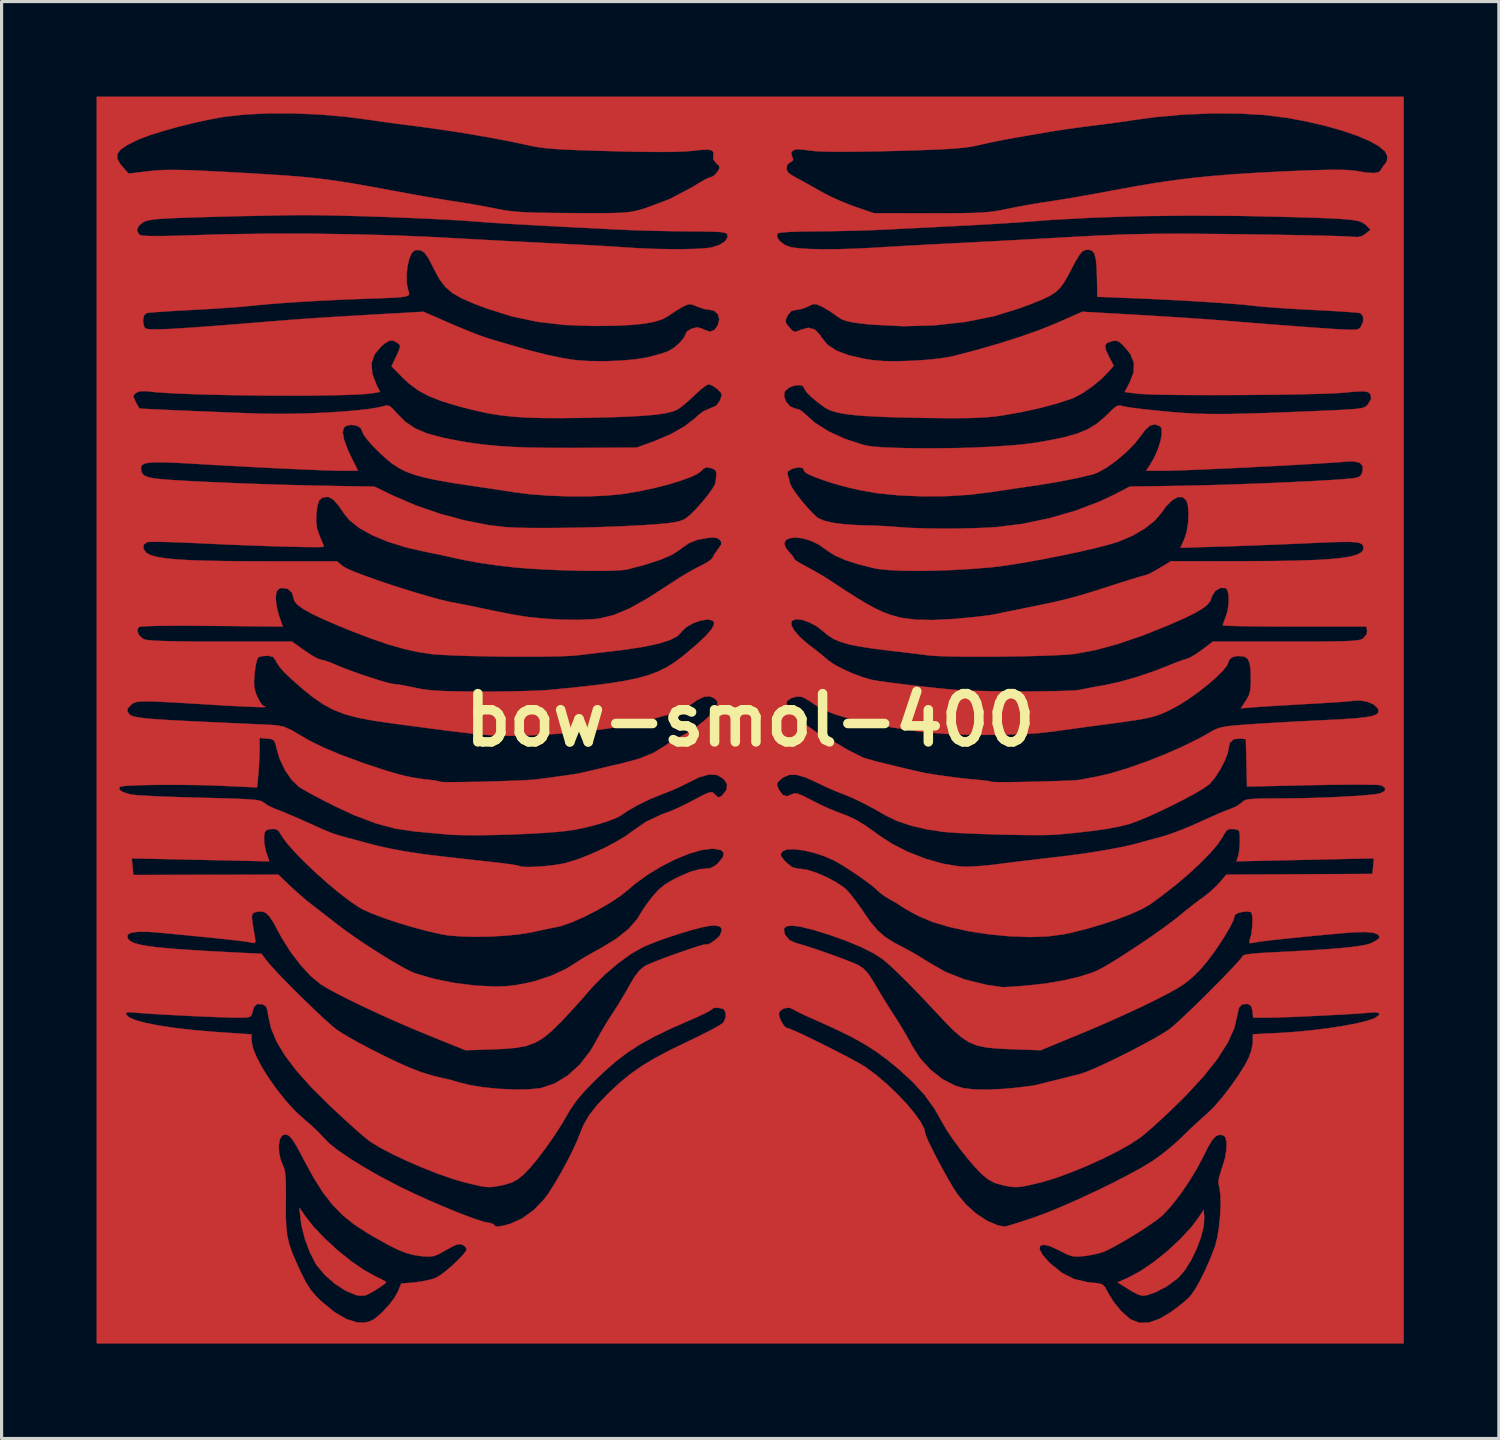
<source format=kicad_pcb>
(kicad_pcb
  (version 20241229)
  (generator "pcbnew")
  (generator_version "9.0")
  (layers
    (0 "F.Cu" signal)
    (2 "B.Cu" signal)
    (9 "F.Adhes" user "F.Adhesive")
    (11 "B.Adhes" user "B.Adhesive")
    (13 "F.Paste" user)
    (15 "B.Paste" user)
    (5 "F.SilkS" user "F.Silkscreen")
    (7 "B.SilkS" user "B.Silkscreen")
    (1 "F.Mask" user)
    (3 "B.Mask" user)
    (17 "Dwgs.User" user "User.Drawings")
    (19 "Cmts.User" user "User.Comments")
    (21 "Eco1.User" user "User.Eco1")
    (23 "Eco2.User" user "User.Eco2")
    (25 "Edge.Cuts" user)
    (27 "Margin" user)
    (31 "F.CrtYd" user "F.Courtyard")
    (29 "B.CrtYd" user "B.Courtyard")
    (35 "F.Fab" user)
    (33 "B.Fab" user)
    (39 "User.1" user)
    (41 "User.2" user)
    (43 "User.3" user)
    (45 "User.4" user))
  (footprint "bow-smol-400"
    (layer "F.Cu")
    (at 20.642 19.69)
    (property "Reference" "bow-smol-400" (at 0 0 0) (layer "F.SilkS") (effects (font (size 1.524 1.524) (thickness 0.3))))
    (attr through_hole)
    (fp_poly (pts (xy 14.34 15.684) (xy 14.324 15.969) (xy 14.24 16.315) (xy 14.103 16.687) (xy 13.928 17.05) (xy 13.729 17.369) (xy 13.523 17.61) (xy 13.5 17.63) (xy 13.155 17.884) (xy 12.795 18.074) (xy 12.528 18.164) (xy 12.394 18.178) (xy 12.257 18.146) (xy 12.079 18.055) (xy 11.963 17.984) (xy 11.601 17.758) (xy 11.933 17.612) (xy 12.324 17.402) (xy 12.751 17.111) (xy 13.182 16.763) (xy 13.587 16.387) (xy 13.935 16.008) (xy 14.153 15.72) (xy 14.319 15.469) (xy 14.34 15.684)) (stroke (width 0.01) (type solid)) (fill yes) (layer "F.Cu"))
    (fp_poly (pts (xy -14.063 15.653) (xy -13.791 15.999) (xy -13.441 16.368) (xy -13.041 16.735) (xy -12.622 17.074) (xy -12.214 17.359) (xy -11.845 17.565) (xy -11.832 17.571) (xy -11.651 17.657) (xy -11.528 17.723) (xy -11.493 17.75) (xy -11.543 17.803) (xy -11.668 17.894) (xy -11.831 17.999) (xy -11.996 18.096) (xy -12.126 18.16) (xy -12.16 18.172) (xy -12.321 18.18) (xy -12.446 18.16) (xy -12.771 18.025) (xy -13.111 17.806) (xy -13.426 17.532) (xy -13.677 17.235) (xy -13.72 17.171) (xy -13.904 16.813) (xy -14.06 16.396) (xy -14.167 15.982) (xy -14.196 15.79) (xy -14.236 15.399) (xy -14.063 15.653)) (stroke (width 0.01) (type solid)) (fill yes) (layer "F.Cu"))
    (fp_poly (pts (xy 20.637 19.685) (xy -20.637 19.685) (xy -20.637 13.432) (xy -14.888 13.432) (xy -14.877 13.668) (xy -14.824 13.904) (xy -14.77 14.034) (xy -14.725 14.138) (xy -14.694 14.264) (xy -14.674 14.434) (xy -14.665 14.672) (xy -14.663 15) (xy -14.665 15.231) (xy -14.666 15.661) (xy -14.654 15.999) (xy -14.621 16.281) (xy -14.561 16.543) (xy -14.465 16.819) (xy -14.326 17.144) (xy -14.195 17.431) (xy -14.034 17.751) (xy -13.879 17.994) (xy -13.698 18.207) (xy -13.542 18.359) (xy -13.129 18.697) (xy -12.749 18.919) (xy -12.404 19.025) (xy -12.201 19.03) (xy -12.035 18.998) (xy -11.888 18.928) (xy -11.723 18.797) (xy -11.583 18.663) (xy -11.396 18.457) (xy -11.234 18.24) (xy -11.132 18.061) (xy -11.022 17.796) (xy -10.607 17.761) (xy -10.342 17.724) (xy -10.085 17.667) (xy -9.938 17.618) (xy -9.793 17.534) (xy -9.608 17.395) (xy -9.407 17.223) (xy -9.217 17.043) (xy -9.062 16.879) (xy -8.969 16.754) (xy -8.956 16.714) (xy 9.14 16.714) (xy 9.23 16.887) (xy 9.43 17.115) (xy 9.477 17.161) (xy 9.854 17.463) (xy 10.236 17.655) (xy 10.656 17.753) (xy 10.766 17.765) (xy 10.983 17.786) (xy 11.112 17.82) (xy 11.194 17.891) (xy 11.267 18.02) (xy 11.29 18.067) (xy 11.475 18.374) (xy 11.715 18.664) (xy 11.968 18.892) (xy 12.033 18.937) (xy 12.299 19.037) (xy 12.602 19.025) (xy 12.949 18.898) (xy 13.273 18.704) (xy 13.507 18.534) (xy 13.722 18.36) (xy 13.879 18.214) (xy 13.896 18.195) (xy 14.035 18) (xy 14.198 17.716) (xy 14.369 17.373) (xy 14.533 17) (xy 14.675 16.63) (xy 14.68 16.618) (xy 14.747 16.361) (xy 14.801 16.039) (xy 14.838 15.686) (xy 14.856 15.338) (xy 14.853 15.032) (xy 14.825 14.801) (xy 14.811 14.748) (xy 14.785 14.615) (xy 14.804 14.454) (xy 14.873 14.227) (xy 14.898 14.158) (xy 14.991 13.847) (xy 15.04 13.562) (xy 15.044 13.328) (xy 15.002 13.17) (xy 14.945 13.118) (xy 14.819 13.095) (xy 14.704 13.142) (xy 14.586 13.27) (xy 14.452 13.496) (xy 14.333 13.735) (xy 14.113 14.154) (xy 13.852 14.584) (xy 13.571 14.993) (xy 13.29 15.352) (xy 13.032 15.629) (xy 12.984 15.673) (xy 12.796 15.819) (xy 12.527 16.005) (xy 12.21 16.208) (xy 11.877 16.411) (xy 11.561 16.593) (xy 11.293 16.734) (xy 11.173 16.788) (xy 10.983 16.847) (xy 10.732 16.9) (xy 10.558 16.926) (xy 10.344 16.945) (xy 10.184 16.934) (xy 10.028 16.884) (xy 9.826 16.783) (xy 9.767 16.751) (xy 9.474 16.616) (xy 9.268 16.57) (xy 9.155 16.606) (xy 9.14 16.714) (xy -8.956 16.714) (xy -8.954 16.709) (xy -9.003 16.629) (xy -9.081 16.573) (xy -9.17 16.548) (xy -9.284 16.571) (xy -9.453 16.651) (xy -9.605 16.737) (xy -9.819 16.858) (xy -9.976 16.923) (xy -10.126 16.945) (xy -10.318 16.936) (xy -10.412 16.927) (xy -10.642 16.891) (xy -10.876 16.825) (xy -11.137 16.721) (xy -11.446 16.567) (xy -11.826 16.355) (xy -12.071 16.212) (xy -12.494 15.938) (xy -12.86 15.646) (xy -13.185 15.316) (xy -13.488 14.926) (xy -13.785 14.457) (xy -14.096 13.888) (xy -14.132 13.816) (xy -14.306 13.488) (xy -14.443 13.265) (xy -14.555 13.135) (xy -14.653 13.085) (xy -14.748 13.103) (xy -14.78 13.121) (xy -14.855 13.237) (xy -14.888 13.432) (xy -20.637 13.432) (xy -20.637 9.282) (xy -19.715 9.282) (xy -19.708 9.302) (xy -19.613 9.391) (xy -19.401 9.48) (xy -19.084 9.566) (xy -18.672 9.647) (xy -18.177 9.722) (xy -17.609 9.787) (xy -16.98 9.842) (xy -16.812 9.854) (xy -15.748 9.926) (xy -15.748 10.134) (xy -15.705 10.359) (xy -15.585 10.651) (xy -15.404 10.99) (xy -15.174 11.353) (xy -14.91 11.72) (xy -14.627 12.069) (xy -14.339 12.378) (xy -14.102 12.593) (xy -13.876 12.788) (xy -13.667 12.983) (xy -13.511 13.145) (xy -13.477 13.185) (xy -13.297 13.368) (xy -13.015 13.59) (xy -12.649 13.841) (xy -12.214 14.112) (xy -11.727 14.391) (xy -11.202 14.668) (xy -10.986 14.777) (xy -10.583 14.969) (xy -10.16 15.161) (xy -9.734 15.345) (xy -9.327 15.514) (xy -8.956 15.658) (xy -8.642 15.772) (xy -8.403 15.847) (xy -8.258 15.875) (xy -8.254 15.875) (xy -8.135 15.905) (xy -8.096 15.938) (xy -8.043 15.987) (xy -7.947 15.996) (xy -7.782 15.964) (xy -7.572 15.906) (xy -7.204 15.741) (xy -6.841 15.477) (xy -6.512 15.138) (xy -6.365 14.939) (xy -6.169 14.63) (xy -5.962 14.272) (xy -5.761 13.899) (xy -5.583 13.544) (xy -5.447 13.242) (xy -5.395 13.106) (xy -5.26 12.778) (xy -5.081 12.473) (xy -4.838 12.163) (xy -4.513 11.82) (xy -4.419 11.729) (xy -4.091 11.428) (xy -3.765 11.164) (xy -3.419 10.922) (xy -3.028 10.686) (xy -2.567 10.441) (xy -2.012 10.171) (xy -1.971 10.152) (xy -1.631 9.988) (xy -1.327 9.835) (xy -1.081 9.703) (xy -0.913 9.603) (xy -0.844 9.549) (xy -0.774 9.39) (xy -0.774 9.268) (xy 0.905 9.268) (xy 0.925 9.384) (xy 0.973 9.496) (xy 1.055 9.638) (xy 1.128 9.712) (xy 1.14 9.716) (xy 1.232 9.744) (xy 1.416 9.821) (xy 1.669 9.937) (xy 1.972 10.082) (xy 2.303 10.245) (xy 2.641 10.415) (xy 2.966 10.583) (xy 3.256 10.737) (xy 3.49 10.867) (xy 3.649 10.964) (xy 3.656 10.969) (xy 3.988 11.216) (xy 4.322 11.501) (xy 4.644 11.808) (xy 4.937 12.118) (xy 5.187 12.416) (xy 5.378 12.684) (xy 5.495 12.906) (xy 5.524 13.037) (xy 5.554 13.136) (xy 5.635 13.321) (xy 5.756 13.569) (xy 5.902 13.856) (xy 6.063 14.158) (xy 6.226 14.451) (xy 6.378 14.713) (xy 6.506 14.919) (xy 6.535 14.962) (xy 6.812 15.297) (xy 7.136 15.587) (xy 7.481 15.813) (xy 7.818 15.957) (xy 8.032 15.998) (xy 8.112 15.98) (xy 8.289 15.928) (xy 8.539 15.849) (xy 8.839 15.75) (xy 8.953 15.712) (xy 9.357 15.563) (xy 9.83 15.369) (xy 10.346 15.142) (xy 10.879 14.895) (xy 11.404 14.64) (xy 11.894 14.389) (xy 12.324 14.155) (xy 12.668 13.95) (xy 12.743 13.9) (xy 13.033 13.688) (xy 13.345 13.433) (xy 13.618 13.185) (xy 13.655 13.149) (xy 13.896 12.914) (xy 14.158 12.67) (xy 14.391 12.462) (xy 14.432 12.427) (xy 14.648 12.216) (xy 14.898 11.926) (xy 15.159 11.59) (xy 15.405 11.241) (xy 15.613 10.913) (xy 15.747 10.659) (xy 15.825 10.436) (xy 15.87 10.214) (xy 15.874 10.153) (xy 15.875 9.923) (xy 16.748 9.878) (xy 17.251 9.844) (xy 17.762 9.793) (xy 18.26 9.731) (xy 18.723 9.66) (xy 19.131 9.583) (xy 19.46 9.504) (xy 19.69 9.427) (xy 19.734 9.406) (xy 19.858 9.318) (xy 19.862 9.257) (xy 19.754 9.229) (xy 19.574 9.238) (xy 19.383 9.255) (xy 19.091 9.276) (xy 18.724 9.298) (xy 18.309 9.32) (xy 17.87 9.342) (xy 17.435 9.362) (xy 17.029 9.379) (xy 16.679 9.391) (xy 16.41 9.397) (xy 16.339 9.398) (xy 15.883 9.398) (xy 15.863 9.192) (xy 15.826 9.039) (xy 15.737 8.973) (xy 15.693 8.964) (xy 15.534 8.977) (xy 15.437 9.081) (xy 15.387 9.292) (xy 15.386 9.306) (xy 15.289 9.726) (xy 15.081 10.187) (xy 14.76 10.693) (xy 14.325 11.243) (xy 13.775 11.841) (xy 13.575 12.041) (xy 13.275 12.333) (xy 12.971 12.617) (xy 12.69 12.873) (xy 12.454 13.076) (xy 12.319 13.185) (xy 12.006 13.392) (xy 11.6 13.62) (xy 11.131 13.854) (xy 10.628 14.082) (xy 10.121 14.289) (xy 9.64 14.464) (xy 9.214 14.592) (xy 9.151 14.608) (xy 8.834 14.683) (xy 8.605 14.729) (xy 8.432 14.749) (xy 8.281 14.745) (xy 8.118 14.72) (xy 8.019 14.7) (xy 7.743 14.625) (xy 7.529 14.516) (xy 7.315 14.343) (xy 7.121 14.144) (xy 6.888 13.873) (xy 6.641 13.562) (xy 6.407 13.246) (xy 6.211 12.958) (xy 6.086 12.744) (xy 5.817 12.271) (xy 5.513 11.848) (xy 5.147 11.444) (xy 4.692 11.025) (xy 4.667 11.004) (xy 4.317 10.718) (xy 3.973 10.466) (xy 3.61 10.234) (xy 3.203 10.008) (xy 2.73 9.775) (xy 2.165 9.518) (xy 2.032 9.46) (xy 1.774 9.345) (xy 1.559 9.243) (xy 1.413 9.168) (xy 1.368 9.139) (xy 1.234 9.084) (xy 1.069 9.103) (xy 0.95 9.179) (xy 0.905 9.268) (xy -0.774 9.268) (xy -0.774 9.233) (xy -0.843 9.129) (xy -0.862 9.119) (xy -1.024 9.083) (xy -1.161 9.095) (xy -1.217 9.138) (xy -1.281 9.184) (xy -1.438 9.266) (xy -1.664 9.373) (xy -1.917 9.484) (xy -2.528 9.753) (xy -3.042 10.002) (xy -3.483 10.246) (xy -3.875 10.5) (xy -4.242 10.779) (xy -4.61 11.1) (xy -4.876 11.353) (xy -5.224 11.709) (xy -5.486 12.016) (xy -5.682 12.299) (xy -5.749 12.414) (xy -5.947 12.755) (xy -6.187 13.126) (xy -6.448 13.5) (xy -6.709 13.846) (xy -6.95 14.138) (xy -7.139 14.336) (xy -7.339 14.502) (xy -7.534 14.607) (xy -7.782 14.68) (xy -7.855 14.696) (xy -8.04 14.732) (xy -8.192 14.75) (xy -8.342 14.745) (xy -8.524 14.717) (xy -8.77 14.661) (xy -9.031 14.596) (xy -9.422 14.482) (xy -9.871 14.324) (xy -10.35 14.135) (xy -10.829 13.929) (xy -11.279 13.717) (xy -11.67 13.512) (xy -11.975 13.328) (xy -12.021 13.296) (xy -12.171 13.177) (xy -12.391 12.989) (xy -12.661 12.748) (xy -12.96 12.474) (xy -13.269 12.184) (xy -13.289 12.165) (xy -13.862 11.595) (xy -14.327 11.075) (xy -14.69 10.598) (xy -14.956 10.156) (xy -15.13 9.741) (xy -15.219 9.344) (xy -15.22 9.338) (xy -15.253 9.139) (xy -15.303 9.032) (xy -15.389 8.982) (xy -15.404 8.978) (xy -15.564 8.966) (xy -15.661 9.044) (xy -15.716 9.208) (xy -15.743 9.306) (xy -15.788 9.363) (xy -15.881 9.39) (xy -16.053 9.397) (xy -16.213 9.398) (xy -16.446 9.394) (xy -16.775 9.383) (xy -17.174 9.367) (xy -17.613 9.348) (xy -18.065 9.325) (xy -18.5 9.302) (xy -18.891 9.279) (xy -19.21 9.257) (xy -19.413 9.24) (xy -19.606 9.226) (xy -19.698 9.238) (xy -19.715 9.282) (xy -20.637 9.282) (xy -20.637 6.846) (xy -19.672 6.846) (xy -19.641 6.919) (xy -19.571 6.984) (xy -19.453 7.041) (xy -19.278 7.091) (xy -19.037 7.136) (xy -18.72 7.177) (xy -18.318 7.215) (xy -17.822 7.252) (xy -17.223 7.289) (xy -16.511 7.327) (xy -16.083 7.349) (xy -15.435 7.38) (xy -15.26 7.611) (xy -15.126 7.77) (xy -14.918 7.996) (xy -14.656 8.267) (xy -14.36 8.566) (xy -14.05 8.871) (xy -13.746 9.164) (xy -13.467 9.425) (xy -13.234 9.634) (xy -13.074 9.766) (xy -12.901 9.881) (xy -12.64 10.036) (xy -12.317 10.216) (xy -11.956 10.407) (xy -11.622 10.576) (xy -11.142 10.807) (xy -10.74 10.985) (xy -10.388 11.12) (xy -10.053 11.224) (xy -9.707 11.309) (xy -9.563 11.339) (xy -9.419 11.375) (xy -9.238 11.43) (xy -9.235 11.431) (xy -8.875 11.523) (xy -8.433 11.596) (xy -7.95 11.645) (xy -7.464 11.669) (xy -7.016 11.664) (xy -6.645 11.628) (xy -6.602 11.62) (xy -6.175 11.478) (xy -5.762 11.225) (xy -5.38 10.877) (xy -5.048 10.448) (xy -4.887 10.173) (xy -4.727 9.881) (xy -4.544 9.571) (xy -4.376 9.306) (xy -4.364 9.289) (xy -4.2 9.036) (xy -4.014 8.731) (xy -3.843 8.433) (xy -3.822 8.394) (xy -3.649 8.103) (xy -3.497 7.907) (xy -3.346 7.781) (xy -3.314 7.761) (xy -3.186 7.701) (xy -2.981 7.617) (xy -2.724 7.519) (xy -2.437 7.413) (xy -2.144 7.31) (xy -1.87 7.216) (xy -1.639 7.142) (xy -1.474 7.094) (xy -1.399 7.082) (xy -1.397 7.085) (xy -1.355 7.094) (xy -1.252 7.044) (xy -1.126 6.96) (xy -1.012 6.864) (xy -0.949 6.789) (xy -0.895 6.624) (xy -0.911 6.591) (xy 1.065 6.591) (xy 1.081 6.727) (xy 1.113 6.799) (xy 1.239 6.948) (xy 1.449 7.043) (xy 1.477 7.05) (xy 1.709 7.118) (xy 2.011 7.215) (xy 2.349 7.331) (xy 2.692 7.453) (xy 3.008 7.571) (xy 3.264 7.673) (xy 3.422 7.743) (xy 3.574 7.844) (xy 3.715 7.994) (xy 3.868 8.221) (xy 3.946 8.355) (xy 4.118 8.647) (xy 4.323 8.979) (xy 4.521 9.291) (xy 4.558 9.346) (xy 4.74 9.633) (xy 4.924 9.944) (xy 5.078 10.222) (xy 5.109 10.282) (xy 5.365 10.684) (xy 5.694 11.043) (xy 6.071 11.338) (xy 6.469 11.545) (xy 6.731 11.624) (xy 7.062 11.664) (xy 7.491 11.672) (xy 7.993 11.648) (xy 8.287 11.622) (xy 8.557 11.592) (xy 8.791 11.564) (xy 8.95 11.541) (xy 8.985 11.534) (xy 9.133 11.499) (xy 9.366 11.441) (xy 9.648 11.371) (xy 9.942 11.298) (xy 10.21 11.23) (xy 10.415 11.178) (xy 10.446 11.169) (xy 10.633 11.104) (xy 10.907 10.988) (xy 11.244 10.834) (xy 11.618 10.653) (xy 12.006 10.458) (xy 12.384 10.261) (xy 12.727 10.074) (xy 13.012 9.909) (xy 13.215 9.779) (xy 13.242 9.759) (xy 13.384 9.641) (xy 13.585 9.46) (xy 13.828 9.232) (xy 14.1 8.97) (xy 14.385 8.689) (xy 14.669 8.405) (xy 14.938 8.132) (xy 15.175 7.885) (xy 15.368 7.678) (xy 15.499 7.528) (xy 15.556 7.447) (xy 15.557 7.442) (xy 15.617 7.415) (xy 15.778 7.388) (xy 16.015 7.364) (xy 16.272 7.347) (xy 17.044 7.308) (xy 17.699 7.271) (xy 18.243 7.235) (xy 18.686 7.198) (xy 19.036 7.162) (xy 19.303 7.124) (xy 19.494 7.084) (xy 19.606 7.047) (xy 19.766 6.963) (xy 19.863 6.887) (xy 19.875 6.86) (xy 19.827 6.771) (xy 19.679 6.716) (xy 19.424 6.694) (xy 19.056 6.703) (xy 18.733 6.728) (xy 17.994 6.796) (xy 17.359 6.857) (xy 16.832 6.911) (xy 16.419 6.956) (xy 16.123 6.993) (xy 15.949 7.021) (xy 15.944 7.022) (xy 15.802 7.046) (xy 15.755 7.024) (xy 15.775 6.947) (xy 15.821 6.777) (xy 15.851 6.564) (xy 15.862 6.348) (xy 15.853 6.171) (xy 15.822 6.072) (xy 15.815 6.067) (xy 15.706 6.044) (xy 15.552 6.057) (xy 15.404 6.095) (xy 15.313 6.148) (xy 15.303 6.171) (xy 15.266 6.304) (xy 15.166 6.513) (xy 15.017 6.772) (xy 14.835 7.059) (xy 14.635 7.349) (xy 14.434 7.618) (xy 14.246 7.842) (xy 14.196 7.895) (xy 14.015 8.076) (xy 13.849 8.224) (xy 13.672 8.356) (xy 13.459 8.489) (xy 13.184 8.64) (xy 12.823 8.826) (xy 12.783 8.846) (xy 12.414 9.027) (xy 11.964 9.237) (xy 11.472 9.46) (xy 10.975 9.678) (xy 10.51 9.875) (xy 10.497 9.88) (xy 9.176 10.426) (xy 8.287 10.397) (xy 7.828 10.376) (xy 7.464 10.341) (xy 7.169 10.279) (xy 6.914 10.176) (xy 6.673 10.02) (xy 6.419 9.799) (xy 6.124 9.5) (xy 5.947 9.311) (xy 5.47 8.802) (xy 5.048 8.365) (xy 4.687 8.006) (xy 4.395 7.731) (xy 4.182 7.55) (xy 3.89 7.362) (xy 3.491 7.163) (xy 3.002 6.96) (xy 2.465 6.771) (xy 1.974 6.62) (xy 1.593 6.527) (xy 1.317 6.491) (xy 1.142 6.512) (xy 1.065 6.591) (xy -0.911 6.591) (xy -0.945 6.524) (xy -1.104 6.488) (xy -1.272 6.497) (xy -1.508 6.541) (xy -1.828 6.624) (xy -2.198 6.734) (xy -2.584 6.86) (xy -2.954 6.992) (xy -3.273 7.12) (xy -3.402 7.178) (xy -3.774 7.391) (xy -4.18 7.686) (xy -4.588 8.034) (xy -4.965 8.411) (xy -5.112 8.578) (xy -5.326 8.824) (xy -5.589 9.116) (xy -5.859 9.407) (xy -6.001 9.555) (xy -6.284 9.833) (xy -6.537 10.041) (xy -6.789 10.189) (xy -7.066 10.289) (xy -7.397 10.351) (xy -7.809 10.386) (xy -8.13 10.399) (xy -8.989 10.428) (xy -10.194 9.941) (xy -10.698 9.732) (xy -11.219 9.507) (xy -11.736 9.274) (xy -12.231 9.043) (xy -12.682 8.824) (xy -13.072 8.625) (xy -13.381 8.456) (xy -13.568 8.341) (xy -13.875 8.086) (xy -14.197 7.739) (xy -14.509 7.33) (xy -14.789 6.888) (xy -14.887 6.707) (xy -15.05 6.403) (xy -15.182 6.202) (xy -15.3 6.087) (xy -15.422 6.042) (xy -15.564 6.053) (xy -15.601 6.062) (xy -15.675 6.084) (xy -15.719 6.123) (xy -15.737 6.2) (xy -15.728 6.338) (xy -15.694 6.558) (xy -15.642 6.851) (xy -15.623 6.994) (xy -15.653 7.043) (xy -15.756 7.028) (xy -15.776 7.023) (xy -15.865 7.006) (xy -16.016 6.984) (xy -16.238 6.957) (xy -16.541 6.924) (xy -16.935 6.882) (xy -17.429 6.833) (xy -18.032 6.773) (xy -18.531 6.725) (xy -18.984 6.69) (xy -19.319 6.686) (xy -19.54 6.714) (xy -19.655 6.773) (xy -19.672 6.846) (xy -20.637 6.846) (xy -20.637 4.368) (xy -19.531 4.368) (xy -19.506 4.63) (xy -19.481 4.892) (xy -17.191 4.888) (xy -14.901 4.883) (xy -14.546 5.224) (xy -14.311 5.44) (xy -14.05 5.665) (xy -13.843 5.831) (xy -13.62 6.002) (xy -13.35 6.212) (xy -13.086 6.418) (xy -13.049 6.447) (xy -12.761 6.664) (xy -12.421 6.903) (xy -12.051 7.15) (xy -11.674 7.391) (xy -11.314 7.611) (xy -10.992 7.797) (xy -10.733 7.932) (xy -10.591 7.994) (xy -10.002 8.168) (xy -9.347 8.301) (xy -8.676 8.386) (xy -8.035 8.415) (xy -7.684 8.403) (xy -7.403 8.37) (xy -7.076 8.31) (xy -6.795 8.244) (xy -6.273 8.07) (xy -5.807 7.853) (xy -5.493 7.656) (xy -5.354 7.566) (xy -5.138 7.437) (xy -4.88 7.292) (xy -4.731 7.211) (xy -4.237 6.912) (xy -3.848 6.603) (xy -3.574 6.291) (xy -3.492 6.155) (xy -3.39 5.988) (xy -3.239 5.773) (xy -3.081 5.568) (xy -2.895 5.36) (xy -2.7 5.199) (xy -2.454 5.05) (xy -2.262 4.953) (xy -1.896 4.794) (xy -1.611 4.713) (xy -1.467 4.699) (xy -1.251 4.675) (xy -1.085 4.582) (xy -1.011 4.513) (xy -0.864 4.331) (xy -0.838 4.212) (xy 0.97 4.212) (xy 0.972 4.294) (xy 1.058 4.41) (xy 1.148 4.504) (xy 1.32 4.642) (xy 1.503 4.695) (xy 1.597 4.699) (xy 1.817 4.734) (xy 2.101 4.827) (xy 2.41 4.96) (xy 2.705 5.116) (xy 2.948 5.278) (xy 3.036 5.353) (xy 3.167 5.499) (xy 3.335 5.715) (xy 3.514 5.963) (xy 3.584 6.068) (xy 3.817 6.401) (xy 4.032 6.651) (xy 4.262 6.849) (xy 4.544 7.028) (xy 4.788 7.156) (xy 5.068 7.306) (xy 5.36 7.476) (xy 5.592 7.623) (xy 6.155 7.948) (xy 6.773 8.192) (xy 7.466 8.362) (xy 7.969 8.436) (xy 8.055 8.434) (xy 8.239 8.423) (xy 8.494 8.404) (xy 8.771 8.382) (xy 9.342 8.318) (xy 9.893 8.224) (xy 10.39 8.108) (xy 10.805 7.975) (xy 10.954 7.913) (xy 11.161 7.804) (xy 11.446 7.636) (xy 11.786 7.422) (xy 12.157 7.18) (xy 12.537 6.925) (xy 12.9 6.672) (xy 13.225 6.437) (xy 13.486 6.237) (xy 13.557 6.179) (xy 13.8 5.98) (xy 14.047 5.787) (xy 14.255 5.632) (xy 14.298 5.602) (xy 14.518 5.43) (xy 14.735 5.227) (xy 14.815 5.141) (xy 15.036 4.882) (xy 17.345 4.87) (xy 19.653 4.858) (xy 19.673 4.612) (xy 19.694 4.367) (xy 17.523 4.414) (xy 15.353 4.461) (xy 15.407 4.31) (xy 15.438 4.161) (xy 15.458 3.945) (xy 15.462 3.81) (xy 15.459 3.61) (xy 15.437 3.504) (xy 15.378 3.459) (xy 15.264 3.442) (xy 15.259 3.441) (xy 15.128 3.442) (xy 15.039 3.494) (xy 14.952 3.626) (xy 14.919 3.691) (xy 14.767 3.921) (xy 14.524 4.204) (xy 14.207 4.526) (xy 13.833 4.871) (xy 13.418 5.223) (xy 12.977 5.567) (xy 12.623 5.824) (xy 12.369 5.969) (xy 12.016 6.128) (xy 11.589 6.291) (xy 11.114 6.45) (xy 10.616 6.596) (xy 10.121 6.72) (xy 9.906 6.765) (xy 9.404 6.832) (xy 8.824 6.852) (xy 8.195 6.829) (xy 7.546 6.767) (xy 6.906 6.669) (xy 6.304 6.538) (xy 5.769 6.379) (xy 5.329 6.195) (xy 5.327 6.194) (xy 5.097 6.073) (xy 4.903 5.963) (xy 4.779 5.886) (xy 4.763 5.873) (xy 4.648 5.795) (xy 4.475 5.697) (xy 4.413 5.665) (xy 4.212 5.542) (xy 4.032 5.397) (xy 4 5.365) (xy 3.873 5.252) (xy 3.667 5.095) (xy 3.413 4.914) (xy 3.141 4.732) (xy 2.881 4.568) (xy 2.664 4.443) (xy 2.635 4.428) (xy 2.33 4.295) (xy 2.003 4.189) (xy 1.682 4.115) (xy 1.395 4.079) (xy 1.17 4.085) (xy 1.042 4.132) (xy 0.97 4.212) (xy -0.838 4.212) (xy -0.834 4.195) (xy -0.922 4.107) (xy -1.128 4.067) (xy -1.228 4.065) (xy -1.551 4.107) (xy -1.941 4.223) (xy -2.37 4.4) (xy -2.813 4.625) (xy -3.241 4.884) (xy -3.629 5.165) (xy -3.841 5.347) (xy -4.102 5.556) (xy -4.443 5.781) (xy -4.832 6.005) (xy -5.236 6.211) (xy -5.621 6.381) (xy -5.957 6.499) (xy -6.096 6.532) (xy -6.349 6.583) (xy -6.653 6.647) (xy -6.89 6.699) (xy -7.26 6.762) (xy -7.707 6.808) (xy -8.194 6.836) (xy -8.686 6.844) (xy -9.148 6.832) (xy -9.543 6.8) (xy -9.747 6.767) (xy -10.2 6.663) (xy -10.672 6.536) (xy -11.139 6.396) (xy -11.574 6.25) (xy -11.95 6.107) (xy -12.241 5.976) (xy -12.351 5.915) (xy -12.647 5.714) (xy -12.984 5.456) (xy -13.341 5.159) (xy -13.699 4.84) (xy -14.04 4.518) (xy -14.344 4.209) (xy -14.592 3.933) (xy -14.765 3.707) (xy -14.811 3.63) (xy -14.902 3.49) (xy -15.006 3.439) (xy -15.128 3.441) (xy -15.268 3.468) (xy -15.331 3.541) (xy -15.354 3.689) (xy -15.345 3.897) (xy -15.297 4.132) (xy -15.28 4.189) (xy -15.186 4.461) (xy -19.531 4.368) (xy -20.637 4.368) (xy -20.637 2.189) (xy -19.927 2.189) (xy -19.829 2.266) (xy -19.638 2.331) (xy -19.513 2.357) (xy -19.372 2.372) (xy -19.123 2.388) (xy -18.785 2.405) (xy -18.378 2.422) (xy -17.921 2.437) (xy -17.434 2.451) (xy -17.341 2.453) (xy -16.797 2.467) (xy -16.366 2.479) (xy -16.034 2.493) (xy -15.787 2.507) (xy -15.611 2.524) (xy -15.492 2.545) (xy -15.416 2.57) (xy -15.369 2.601) (xy -15.365 2.605) (xy -15.243 2.69) (xy -15.054 2.783) (xy -14.947 2.825) (xy -14.759 2.899) (xy -14.495 3.009) (xy -14.194 3.139) (xy -13.97 3.239) (xy -13.654 3.382) (xy -13.421 3.484) (xy -13.241 3.558) (xy -13.08 3.615) (xy -12.906 3.667) (xy -12.689 3.726) (xy -12.605 3.748) (xy -12.317 3.825) (xy -12.018 3.905) (xy -11.811 3.96) (xy -11.586 4.013) (xy -11.287 4.075) (xy -10.968 4.134) (xy -10.858 4.152) (xy -10.666 4.183) (xy -10.482 4.211) (xy -10.29 4.238) (xy -10.07 4.267) (xy -9.807 4.298) (xy -9.482 4.336) (xy -9.077 4.381) (xy -8.574 4.436) (xy -8.198 4.478) (xy -7.883 4.514) (xy -7.615 4.549) (xy -7.42 4.578) (xy -7.321 4.599) (xy -7.314 4.603) (xy -7.219 4.631) (xy -7.028 4.641) (xy -6.773 4.634) (xy -6.483 4.613) (xy -6.19 4.579) (xy -5.923 4.535) (xy -5.805 4.508) (xy -5.45 4.399) (xy -5.05 4.242) (xy -4.641 4.057) (xy -4.257 3.858) (xy -3.934 3.664) (xy -3.75 3.529) (xy -3.293 3.213) (xy -2.778 2.971) (xy -2.635 2.923) (xy -2.469 2.858) (xy -2.23 2.75) (xy -1.957 2.616) (xy -1.802 2.535) (xy -1.542 2.398) (xy -1.369 2.314) (xy -1.26 2.278) (xy -1.191 2.282) (xy -1.138 2.321) (xy -1.109 2.352) (xy -1.017 2.436) (xy -0.944 2.426) (xy -0.88 2.373) (xy -0.744 2.196) (xy -0.735 2.049) (xy 0.846 2.049) (xy 0.895 2.173) (xy 0.914 2.21) (xy 1.031 2.368) (xy 1.166 2.406) (xy 1.326 2.339) (xy 1.404 2.313) (xy 1.509 2.328) (xy 1.669 2.393) (xy 1.909 2.517) (xy 1.92 2.523) (xy 2.207 2.668) (xy 2.516 2.808) (xy 2.783 2.915) (xy 2.802 2.921) (xy 3.098 3.035) (xy 3.357 3.16) (xy 3.62 3.319) (xy 3.924 3.535) (xy 4.032 3.616) (xy 4.48 3.909) (xy 4.995 4.169) (xy 5.544 4.382) (xy 6.089 4.537) (xy 6.596 4.62) (xy 6.794 4.631) (xy 7.041 4.624) (xy 7.361 4.601) (xy 7.703 4.566) (xy 7.873 4.544) (xy 8.194 4.502) (xy 8.593 4.453) (xy 9.024 4.402) (xy 9.437 4.354) (xy 9.493 4.348) (xy 10.107 4.274) (xy 10.7 4.191) (xy 11.246 4.102) (xy 11.722 4.013) (xy 12.103 3.927) (xy 12.192 3.903) (xy 12.44 3.834) (xy 12.742 3.753) (xy 13.004 3.683) (xy 13.249 3.605) (xy 13.566 3.488) (xy 13.91 3.348) (xy 14.21 3.215) (xy 14.514 3.077) (xy 14.798 2.952) (xy 15.031 2.855) (xy 15.181 2.799) (xy 15.185 2.798) (xy 15.37 2.716) (xy 15.517 2.612) (xy 15.528 2.601) (xy 15.577 2.557) (xy 15.644 2.524) (xy 15.748 2.502) (xy 15.909 2.487) (xy 16.144 2.479) (xy 16.473 2.476) (xy 16.79 2.475) (xy 17.26 2.471) (xy 17.75 2.46) (xy 18.238 2.443) (xy 18.703 2.422) (xy 19.124 2.397) (xy 19.479 2.369) (xy 19.747 2.341) (xy 19.894 2.315) (xy 20.032 2.246) (xy 20.055 2.157) (xy 19.96 2.077) (xy 19.896 2.055) (xy 19.792 2.046) (xy 19.577 2.04) (xy 19.27 2.038) (xy 18.886 2.039) (xy 18.442 2.043) (xy 17.956 2.051) (xy 17.707 2.056) (xy 15.689 2.1) (xy 15.671 1.352) (xy 15.653 0.603) (xy 15.474 0.583) (xy 15.27 0.605) (xy 15.146 0.72) (xy 15.113 0.873) (xy 15.076 1.059) (xy 14.977 1.303) (xy 14.839 1.567) (xy 14.681 1.813) (xy 14.525 2.001) (xy 14.483 2.04) (xy 14.306 2.163) (xy 14.038 2.322) (xy 13.705 2.502) (xy 13.333 2.691) (xy 12.949 2.877) (xy 12.578 3.045) (xy 12.249 3.183) (xy 11.985 3.278) (xy 11.932 3.294) (xy 11.627 3.368) (xy 11.26 3.436) (xy 10.815 3.499) (xy 10.276 3.561) (xy 9.684 3.617) (xy 9.469 3.628) (xy 9.152 3.633) (xy 8.759 3.631) (xy 8.315 3.625) (xy 7.846 3.615) (xy 7.377 3.6) (xy 6.933 3.583) (xy 6.539 3.563) (xy 6.221 3.541) (xy 6.083 3.528) (xy 5.568 3.45) (xy 5.076 3.333) (xy 4.641 3.188) (xy 4.298 3.024) (xy 4.286 3.017) (xy 3.926 2.81) (xy 3.557 2.616) (xy 3.215 2.452) (xy 2.937 2.337) (xy 2.905 2.326) (xy 2.705 2.248) (xy 2.441 2.133) (xy 2.163 2.002) (xy 2.097 1.969) (xy 1.741 1.809) (xy 1.461 1.73) (xy 1.237 1.73) (xy 1.05 1.807) (xy 0.98 1.861) (xy 0.87 1.965) (xy 0.846 2.049) (xy -0.735 2.049) (xy -0.734 2.022) (xy -0.831 1.868) (xy -1.032 1.738) (xy -1.29 1.717) (xy -1.609 1.805) (xy -1.874 1.935) (xy -2.146 2.073) (xy -2.466 2.216) (xy -2.738 2.323) (xy -3.133 2.482) (xy -3.525 2.671) (xy -3.87 2.867) (xy -4.058 2.997) (xy -4.228 3.09) (xy -4.493 3.193) (xy -4.82 3.295) (xy -5.179 3.388) (xy -5.538 3.462) (xy -5.75 3.495) (xy -6.097 3.532) (xy -6.528 3.564) (xy -7.018 3.592) (xy -7.537 3.614) (xy -8.059 3.629) (xy -8.557 3.637) (xy -9.002 3.636) (xy -9.368 3.626) (xy -9.565 3.613) (xy -9.891 3.582) (xy -10.223 3.552) (xy -10.505 3.526) (xy -10.59 3.519) (xy -11.199 3.429) (xy -11.829 3.26) (xy -12.501 3.006) (xy -13.081 2.737) (xy -13.416 2.569) (xy -13.729 2.405) (xy -13.995 2.261) (xy -14.187 2.149) (xy -14.249 2.109) (xy -14.479 1.89) (xy -14.69 1.583) (xy -14.859 1.227) (xy -14.947 0.935) (xy -14.994 0.742) (xy -15.046 0.641) (xy -15.132 0.599) (xy -15.257 0.584) (xy -15.494 0.564) (xy -15.494 0.933) (xy -15.501 1.21) (xy -15.519 1.526) (xy -15.534 1.714) (xy -15.573 2.127) (xy -16.661 2.077) (xy -17.082 2.062) (xy -17.531 2.051) (xy -17.989 2.046) (xy -18.438 2.045) (xy -18.859 2.048) (xy -19.234 2.056) (xy -19.544 2.068) (xy -19.771 2.084) (xy -19.897 2.104) (xy -19.914 2.112) (xy -19.927 2.189) (xy -20.637 2.189) (xy -20.637 -0.27) (xy -19.67 -0.27) (xy -19.594 -0.172) (xy -19.543 -0.139) (xy -19.455 -0.109) (xy -19.319 -0.082) (xy -19.123 -0.057) (xy -18.856 -0.033) (xy -18.507 -0.009) (xy -18.065 0.016) (xy -17.518 0.043) (xy -16.859 0.074) (xy -16.405 0.094) (xy -15.978 0.114) (xy -15.598 0.131) (xy -15.288 0.146) (xy -15.069 0.157) (xy -14.981 0.161) (xy -14.73 0.209) (xy -14.458 0.332) (xy -14.318 0.416) (xy -13.914 0.652) (xy -13.448 0.88) (xy -12.901 1.108) (xy -12.253 1.346) (xy -12.065 1.41) (xy -11.599 1.565) (xy -11.22 1.68) (xy -10.901 1.764) (xy -10.61 1.823) (xy -10.318 1.866) (xy -10.16 1.883) (xy -9.962 1.908) (xy -9.821 1.935) (xy -9.779 1.95) (xy -9.709 1.958) (xy -9.534 1.961) (xy -9.275 1.96) (xy -8.954 1.956) (xy -8.593 1.949) (xy -8.212 1.939) (xy -7.833 1.928) (xy -7.478 1.916) (xy -7.169 1.903) (xy -6.926 1.889) (xy -6.773 1.876) (xy -6.773 1.876) (xy -6.496 1.841) (xy -6.195 1.8) (xy -5.902 1.759) (xy -5.651 1.723) (xy -5.475 1.696) (xy -5.424 1.687) (xy -5.276 1.654) (xy -5.063 1.605) (xy -4.835 1.552) (xy -4.647 1.507) (xy -4.572 1.488) (xy -4.464 1.462) (xy -4.274 1.418) (xy -4.055 1.369) (xy -3.508 1.22) (xy -3.062 1.04) (xy -2.746 0.846) (xy -2.551 0.714) (xy -2.308 0.574) (xy -2.176 0.508) (xy -1.936 0.375) (xy -1.681 0.201) (xy -1.436 0.007) (xy -1.229 -0.184) (xy -1.087 -0.349) (xy -1.04 -0.439) (xy -1.039 -0.546) (xy 1.143 -0.546) (xy 1.195 -0.409) (xy 1.337 -0.229) (xy 1.548 -0.025) (xy 1.806 0.185) (xy 2.09 0.382) (xy 2.379 0.546) (xy 2.413 0.563) (xy 2.629 0.677) (xy 2.883 0.822) (xy 3.048 0.924) (xy 3.571 1.188) (xy 3.969 1.305) (xy 4.053 1.325) (xy 4.233 1.368) (xy 4.479 1.428) (xy 4.699 1.482) (xy 4.995 1.553) (xy 5.263 1.615) (xy 5.469 1.661) (xy 5.556 1.678) (xy 5.981 1.745) (xy 6.439 1.808) (xy 6.871 1.858) (xy 7.144 1.883) (xy 7.368 1.905) (xy 7.539 1.928) (xy 7.619 1.948) (xy 7.62 1.949) (xy 7.69 1.957) (xy 7.865 1.961) (xy 8.121 1.961) (xy 8.437 1.957) (xy 8.79 1.951) (xy 9.157 1.942) (xy 9.517 1.932) (xy 9.845 1.92) (xy 10.12 1.908) (xy 10.32 1.896) (xy 10.414 1.885) (xy 10.563 1.857) (xy 10.781 1.816) (xy 10.954 1.784) (xy 11.401 1.679) (xy 11.924 1.52) (xy 12.491 1.321) (xy 13.069 1.094) (xy 13.626 0.85) (xy 14.13 0.604) (xy 14.478 0.411) (xy 14.62 0.329) (xy 14.747 0.27) (xy 14.887 0.227) (xy 15.065 0.196) (xy 15.308 0.17) (xy 15.642 0.144) (xy 15.78 0.134) (xy 16.146 0.11) (xy 16.601 0.083) (xy 17.107 0.054) (xy 17.626 0.027) (xy 18.119 0.003) (xy 18.157 0.001) (xy 18.688 -0.026) (xy 19.102 -0.054) (xy 19.413 -0.087) (xy 19.631 -0.126) (xy 19.767 -0.174) (xy 19.834 -0.234) (xy 19.841 -0.308) (xy 19.814 -0.378) (xy 19.688 -0.496) (xy 19.481 -0.581) (xy 19.235 -0.619) (xy 19.065 -0.61) (xy 18.926 -0.596) (xy 18.686 -0.576) (xy 18.369 -0.554) (xy 18 -0.531) (xy 17.621 -0.51) (xy 17.205 -0.486) (xy 16.796 -0.462) (xy 16.427 -0.44) (xy 16.128 -0.42) (xy 15.952 -0.407) (xy 15.49 -0.37) (xy 15.651 -0.607) (xy 15.744 -0.771) (xy 15.793 -0.943) (xy 15.81 -1.174) (xy 15.811 -1.263) (xy 15.802 -1.581) (xy 15.773 -1.794) (xy 15.717 -1.924) (xy 15.627 -1.993) (xy 15.582 -2.008) (xy 15.387 -2.025) (xy 15.221 -1.984) (xy 15.124 -1.9) (xy 15.113 -1.854) (xy 15.062 -1.728) (xy 14.92 -1.552) (xy 14.708 -1.341) (xy 14.442 -1.111) (xy 14.143 -0.877) (xy 13.829 -0.655) (xy 13.518 -0.459) (xy 13.23 -0.306) (xy 13.037 -0.219) (xy 12.86 -0.15) (xy 12.674 -0.094) (xy 12.455 -0.045) (xy 12.178 0.002) (xy 11.818 0.055) (xy 11.483 0.1) (xy 11.039 0.159) (xy 10.578 0.221) (xy 10.138 0.282) (xy 9.757 0.334) (xy 9.525 0.367) (xy 9.092 0.414) (xy 8.565 0.447) (xy 7.976 0.465) (xy 7.357 0.469) (xy 6.739 0.459) (xy 6.155 0.435) (xy 5.637 0.396) (xy 5.334 0.362) (xy 4.483 0.233) (xy 3.756 0.1) (xy 3.149 -0.04) (xy 2.659 -0.187) (xy 2.282 -0.342) (xy 2.035 -0.49) (xy 1.852 -0.616) (xy 1.69 -0.708) (xy 1.62 -0.736) (xy 1.46 -0.74) (xy 1.297 -0.693) (xy 1.176 -0.615) (xy 1.143 -0.546) (xy -1.039 -0.546) (xy -1.039 -0.59) (xy -1.114 -0.677) (xy -1.276 -0.751) (xy -1.458 -0.736) (xy -1.68 -0.627) (xy -1.845 -0.511) (xy -2.123 -0.336) (xy -2.403 -0.216) (xy -2.487 -0.194) (xy -2.729 -0.134) (xy -3.009 -0.054) (xy -3.159 -0.006) (xy -3.509 0.09) (xy -3.963 0.183) (xy -4.498 0.268) (xy -5.094 0.344) (xy -5.726 0.407) (xy -6.373 0.454) (xy -6.953 0.481) (xy -7.232 0.49) (xy -7.477 0.496) (xy -7.705 0.497) (xy -7.929 0.492) (xy -8.163 0.481) (xy -8.422 0.462) (xy -8.72 0.433) (xy -9.072 0.394) (xy -9.491 0.343) (xy -9.993 0.279) (xy -10.591 0.2) (xy -11.3 0.106) (xy -11.335 0.101) (xy -11.921 0.015) (xy -12.404 -0.078) (xy -12.809 -0.188) (xy -13.16 -0.324) (xy -13.482 -0.496) (xy -13.799 -0.713) (xy -14.136 -0.984) (xy -14.149 -0.996) (xy -14.465 -1.273) (xy -14.695 -1.491) (xy -14.852 -1.665) (xy -14.951 -1.811) (xy -14.989 -1.889) (xy -15.07 -1.996) (xy -15.223 -2.031) (xy -15.254 -2.031) (xy -15.421 -2.017) (xy -15.533 -1.984) (xy -15.534 -1.983) (xy -15.575 -1.901) (xy -15.616 -1.728) (xy -15.649 -1.501) (xy -15.651 -1.483) (xy -15.67 -1.216) (xy -15.659 -1.022) (xy -15.613 -0.849) (xy -15.567 -0.737) (xy -15.478 -0.569) (xy -15.396 -0.463) (xy -15.36 -0.445) (xy -15.308 -0.425) (xy -15.314 -0.413) (xy -15.384 -0.408) (xy -15.563 -0.411) (xy -15.834 -0.421) (xy -16.182 -0.437) (xy -16.587 -0.459) (xy -16.992 -0.483) (xy -17.606 -0.521) (xy -18.107 -0.551) (xy -18.506 -0.572) (xy -18.817 -0.586) (xy -19.052 -0.591) (xy -19.224 -0.588) (xy -19.346 -0.577) (xy -19.431 -0.557) (xy -19.49 -0.53) (xy -19.538 -0.494) (xy -19.551 -0.482) (xy -19.661 -0.363) (xy -19.67 -0.27) (xy -20.637 -0.27) (xy -20.637 -2.819) (xy -19.355 -2.819) (xy -19.302 -2.683) (xy -19.176 -2.568) (xy -19.141 -2.55) (xy -19.039 -2.527) (xy -18.836 -2.509) (xy -18.527 -2.496) (xy -18.107 -2.486) (xy -17.571 -2.479) (xy -16.914 -2.477) (xy -16.725 -2.477) (xy -14.469 -2.477) (xy -14.069 -2.191) (xy -13.861 -2.053) (xy -13.681 -1.952) (xy -13.561 -1.905) (xy -13.549 -1.904) (xy -13.423 -1.877) (xy -13.239 -1.811) (xy -13.145 -1.77) (xy -12.925 -1.676) (xy -12.643 -1.568) (xy -12.326 -1.455) (xy -12.004 -1.347) (xy -11.705 -1.252) (xy -11.457 -1.18) (xy -11.288 -1.142) (xy -11.25 -1.138) (xy -11.109 -1.121) (xy -10.886 -1.083) (xy -10.627 -1.03) (xy -10.573 -1.018) (xy -10.378 -0.979) (xy -10.164 -0.95) (xy -9.913 -0.928) (xy -9.603 -0.914) (xy -9.215 -0.905) (xy -8.727 -0.9) (xy -8.509 -0.899) (xy -8.035 -0.9) (xy -7.566 -0.906) (xy -7.128 -0.916) (xy -6.748 -0.928) (xy -6.455 -0.943) (xy -6.35 -0.952) (xy -5.587 -1.026) (xy -4.936 -1.098) (xy -4.385 -1.17) (xy -3.92 -1.246) (xy -3.526 -1.331) (xy -3.191 -1.426) (xy -2.901 -1.537) (xy -2.641 -1.667) (xy -2.398 -1.818) (xy -2.158 -1.995) (xy -2.065 -2.07) (xy -1.674 -2.403) (xy -1.39 -2.672) (xy -1.212 -2.881) (xy -1.156 -2.995) (xy 1.3 -2.995) (xy 1.391 -2.827) (xy 1.563 -2.629) (xy 1.801 -2.419) (xy 1.857 -2.375) (xy 2.079 -2.204) (xy 2.287 -2.037) (xy 2.438 -1.908) (xy 2.445 -1.902) (xy 2.633 -1.768) (xy 2.904 -1.621) (xy 3.221 -1.478) (xy 3.543 -1.356) (xy 3.832 -1.273) (xy 3.856 -1.268) (xy 4.048 -1.235) (xy 4.339 -1.194) (xy 4.705 -1.146) (xy 5.118 -1.096) (xy 5.552 -1.047) (xy 5.982 -1.001) (xy 6.38 -0.962) (xy 6.445 -0.956) (xy 6.706 -0.939) (xy 7.05 -0.925) (xy 7.457 -0.915) (xy 7.904 -0.908) (xy 8.372 -0.904) (xy 8.838 -0.904) (xy 9.282 -0.908) (xy 9.684 -0.915) (xy 10.02 -0.925) (xy 10.272 -0.939) (xy 10.414 -0.956) (xy 10.615 -0.997) (xy 10.889 -1.049) (xy 11.182 -1.102) (xy 11.236 -1.111) (xy 11.681 -1.209) (xy 12.194 -1.355) (xy 12.73 -1.535) (xy 13.248 -1.737) (xy 13.271 -1.747) (xy 13.491 -1.834) (xy 13.686 -1.903) (xy 13.78 -1.93) (xy 13.912 -1.987) (xy 14.099 -2.099) (xy 14.273 -2.221) (xy 14.608 -2.477) (xy 16.91 -2.477) (xy 17.522 -2.477) (xy 18.019 -2.479) (xy 18.415 -2.483) (xy 18.722 -2.49) (xy 18.952 -2.5) (xy 19.118 -2.513) (xy 19.233 -2.53) (xy 19.309 -2.553) (xy 19.357 -2.578) (xy 19.469 -2.713) (xy 19.482 -2.816) (xy 19.463 -2.953) (xy 17.193 -2.953) (xy 16.67 -2.954) (xy 16.19 -2.957) (xy 15.766 -2.962) (xy 15.413 -2.968) (xy 15.146 -2.975) (xy 14.977 -2.984) (xy 14.922 -2.993) (xy 14.945 -3.072) (xy 15 -3.218) (xy 15.018 -3.26) (xy 15.081 -3.473) (xy 15.111 -3.707) (xy 15.109 -3.926) (xy 15.074 -4.093) (xy 15.014 -4.17) (xy 14.847 -4.173) (xy 14.691 -4.081) (xy 14.586 -3.919) (xy 14.574 -3.875) (xy 14.526 -3.753) (xy 14.431 -3.636) (xy 14.273 -3.514) (xy 14.04 -3.379) (xy 13.716 -3.22) (xy 13.288 -3.031) (xy 13.226 -3.004) (xy 12.391 -2.669) (xy 11.611 -2.403) (xy 10.901 -2.21) (xy 10.274 -2.093) (xy 10.223 -2.086) (xy 9.981 -2.065) (xy 9.641 -2.046) (xy 9.224 -2.031) (xy 8.753 -2.018) (xy 8.247 -2.009) (xy 7.73 -2.003) (xy 7.221 -2.001) (xy 6.744 -2.003) (xy 6.318 -2.01) (xy 5.965 -2.02) (xy 5.707 -2.035) (xy 5.62 -2.044) (xy 5.435 -2.069) (xy 5.16 -2.103) (xy 4.83 -2.142) (xy 4.48 -2.183) (xy 4.445 -2.187) (xy 3.901 -2.255) (xy 3.465 -2.321) (xy 3.121 -2.39) (xy 2.851 -2.469) (xy 2.636 -2.561) (xy 2.459 -2.671) (xy 2.318 -2.79) (xy 2.099 -2.961) (xy 1.862 -3.089) (xy 1.634 -3.167) (xy 1.443 -3.184) (xy 1.317 -3.132) (xy 1.303 -3.113) (xy 1.3 -2.995) (xy -1.156 -2.995) (xy -1.137 -3.033) (xy -1.165 -3.129) (xy -1.293 -3.172) (xy -1.363 -3.175) (xy -1.572 -3.141) (xy -1.803 -3.056) (xy -2.01 -2.94) (xy -2.145 -2.816) (xy -2.159 -2.795) (xy -2.29 -2.655) (xy -2.53 -2.53) (xy -2.883 -2.417) (xy -3.353 -2.316) (xy -3.944 -2.225) (xy -4.286 -2.183) (xy -4.634 -2.143) (xy -4.972 -2.104) (xy -5.26 -2.069) (xy -5.461 -2.045) (xy -5.461 -2.045) (xy -5.681 -2.027) (xy -6.005 -2.014) (xy -6.413 -2.006) (xy -6.882 -2.002) (xy -7.39 -2.002) (xy -7.915 -2.006) (xy -8.435 -2.015) (xy -8.928 -2.026) (xy -9.373 -2.042) (xy -9.747 -2.06) (xy -10.029 -2.081) (xy -10.097 -2.089) (xy -10.521 -2.155) (xy -10.959 -2.254) (xy -11.432 -2.39) (xy -11.964 -2.572) (xy -12.574 -2.805) (xy -12.888 -2.931) (xy -13.409 -3.152) (xy -13.815 -3.342) (xy -14.111 -3.506) (xy -14.304 -3.647) (xy -14.401 -3.77) (xy -14.415 -3.832) (xy -14.47 -4.026) (xy -14.61 -4.147) (xy -14.803 -4.172) (xy -14.868 -4.156) (xy -14.952 -4.068) (xy -14.984 -3.887) (xy -14.966 -3.638) (xy -14.896 -3.345) (xy -14.872 -3.27) (xy -14.762 -2.953) (xy -17.007 -2.975) (xy -17.673 -2.98) (xy -18.231 -2.98) (xy -18.678 -2.976) (xy -19.01 -2.967) (xy -19.224 -2.953) (xy -19.315 -2.935) (xy -19.316 -2.934) (xy -19.355 -2.819) (xy -20.637 -2.819) (xy -20.637 -5.426) (xy -19.168 -5.426) (xy -19.089 -5.299) (xy -19.034 -5.257) (xy -18.907 -5.198) (xy -18.719 -5.149) (xy -18.461 -5.108) (xy -18.123 -5.075) (xy -17.698 -5.05) (xy -17.175 -5.032) (xy -16.548 -5.021) (xy -15.806 -5.015) (xy -15.431 -5.014) (xy -13.049 -5.012) (xy -12.859 -4.855) (xy -12.735 -4.785) (xy -12.509 -4.687) (xy -12.202 -4.569) (xy -11.835 -4.437) (xy -11.427 -4.298) (xy -11 -4.159) (xy -10.574 -4.027) (xy -10.17 -3.908) (xy -9.807 -3.809) (xy -9.508 -3.737) (xy -9.398 -3.715) (xy -9.181 -3.674) (xy -8.916 -3.622) (xy -8.658 -3.57) (xy -8.463 -3.528) (xy -8.445 -3.524) (xy -8.244 -3.481) (xy -7.928 -3.417) (xy -7.507 -3.334) (xy -7.461 -3.325) (xy -6.993 -3.252) (xy -6.465 -3.2) (xy -5.92 -3.17) (xy -5.397 -3.166) (xy -4.938 -3.188) (xy -4.753 -3.208) (xy -4.304 -3.318) (xy -3.798 -3.531) (xy -3.232 -3.851) (xy -3.111 -3.927) (xy -2.832 -4.108) (xy -2.546 -4.293) (xy -2.301 -4.452) (xy -2.221 -4.504) (xy -1.971 -4.655) (xy -1.701 -4.804) (xy -1.544 -4.882) (xy -1.358 -4.983) (xy -1.224 -5.082) (xy -1.182 -5.136) (xy -1.119 -5.255) (xy -1.014 -5.403) (xy -1.008 -5.41) (xy -0.92 -5.537) (xy -0.917 -5.585) (xy 1.078 -5.585) (xy 1.118 -5.447) (xy 1.237 -5.298) (xy 1.34 -5.181) (xy 1.385 -5.101) (xy 1.385 -5.094) (xy 1.433 -5.045) (xy 1.567 -4.959) (xy 1.759 -4.854) (xy 1.772 -4.847) (xy 2.039 -4.702) (xy 2.32 -4.538) (xy 2.496 -4.426) (xy 2.981 -4.107) (xy 3.379 -3.853) (xy 3.709 -3.656) (xy 3.988 -3.506) (xy 4.234 -3.394) (xy 4.463 -3.312) (xy 4.693 -3.25) (xy 4.815 -3.223) (xy 5.237 -3.17) (xy 5.77 -3.159) (xy 6.418 -3.192) (xy 6.881 -3.233) (xy 7.167 -3.264) (xy 7.415 -3.293) (xy 7.592 -3.317) (xy 7.652 -3.327) (xy 7.756 -3.348) (xy 7.96 -3.39) (xy 8.239 -3.447) (xy 8.568 -3.513) (xy 8.763 -3.553) (xy 9.235 -3.65) (xy 9.619 -3.732) (xy 9.948 -3.809) (xy 10.258 -3.891) (xy 10.584 -3.985) (xy 10.959 -4.102) (xy 11.42 -4.25) (xy 11.429 -4.253) (xy 11.764 -4.361) (xy 12.059 -4.453) (xy 12.291 -4.523) (xy 12.439 -4.564) (xy 12.48 -4.572) (xy 12.566 -4.603) (xy 12.725 -4.684) (xy 12.918 -4.794) (xy 13.287 -5.016) (xy 15.645 -5.018) (xy 16.47 -5.022) (xy 17.176 -5.033) (xy 17.77 -5.052) (xy 18.258 -5.079) (xy 18.647 -5.116) (xy 18.944 -5.163) (xy 19.157 -5.222) (xy 19.293 -5.292) (xy 19.359 -5.374) (xy 19.367 -5.424) (xy 19.358 -5.498) (xy 19.321 -5.554) (xy 19.242 -5.593) (xy 19.107 -5.617) (xy 18.902 -5.627) (xy 18.612 -5.625) (xy 18.223 -5.612) (xy 17.737 -5.591) (xy 17.205 -5.567) (xy 16.608 -5.543) (xy 15.995 -5.519) (xy 15.413 -5.498) (xy 14.937 -5.482) (xy 13.586 -5.441) (xy 13.713 -5.721) (xy 13.786 -5.952) (xy 13.83 -6.235) (xy 13.843 -6.524) (xy 13.823 -6.775) (xy 13.777 -6.926) (xy 13.662 -7.039) (xy 13.508 -7.043) (xy 13.327 -6.943) (xy 13.132 -6.746) (xy 13 -6.56) (xy 12.777 -6.299) (xy 12.456 -6.046) (xy 12.065 -5.818) (xy 11.633 -5.635) (xy 11.578 -5.617) (xy 11.257 -5.523) (xy 10.839 -5.417) (xy 10.349 -5.305) (xy 9.817 -5.193) (xy 9.268 -5.085) (xy 8.732 -4.987) (xy 8.235 -4.906) (xy 7.805 -4.845) (xy 7.588 -4.822) (xy 6.999 -4.774) (xy 6.402 -4.739) (xy 5.819 -4.718) (xy 5.269 -4.711) (xy 4.774 -4.718) (xy 4.355 -4.738) (xy 4.031 -4.773) (xy 3.921 -4.794) (xy 3.403 -4.924) (xy 2.994 -5.056) (xy 2.673 -5.199) (xy 2.422 -5.359) (xy 2.378 -5.394) (xy 2.142 -5.555) (xy 1.894 -5.67) (xy 1.652 -5.739) (xy 1.432 -5.764) (xy 1.252 -5.745) (xy 1.128 -5.685) (xy 1.078 -5.585) (xy -0.917 -5.585) (xy -0.914 -5.624) (xy -0.954 -5.685) (xy -1.044 -5.749) (xy -1.191 -5.765) (xy -1.341 -5.752) (xy -1.666 -5.694) (xy -1.921 -5.594) (xy -2.162 -5.431) (xy -2.229 -5.375) (xy -2.472 -5.22) (xy -2.838 -5.063) (xy -3.327 -4.904) (xy -3.886 -4.757) (xy -4.061 -4.734) (xy -4.341 -4.719) (xy -4.705 -4.712) (xy -5.131 -4.713) (xy -5.597 -4.722) (xy -6.082 -4.737) (xy -6.564 -4.759) (xy -7.022 -4.787) (xy -7.429 -4.82) (xy -7.953 -4.879) (xy -8.488 -4.956) (xy -8.991 -5.044) (xy -9.416 -5.135) (xy -9.461 -5.147) (xy -9.63 -5.185) (xy -9.876 -5.237) (xy -10.153 -5.292) (xy -10.216 -5.304) (xy -10.861 -5.451) (xy -11.442 -5.632) (xy -11.946 -5.842) (xy -12.358 -6.074) (xy -12.666 -6.322) (xy -12.814 -6.504) (xy -13.006 -6.783) (xy -13.163 -6.957) (xy -13.298 -7.038) (xy -13.362 -7.048) (xy -13.513 -7.024) (xy -13.61 -6.941) (xy -13.668 -6.776) (xy -13.699 -6.528) (xy -13.708 -6.253) (xy -13.678 -6.039) (xy -13.6 -5.821) (xy -13.597 -5.813) (xy -13.521 -5.635) (xy -13.472 -5.51) (xy -13.462 -5.475) (xy -13.523 -5.466) (xy -13.697 -5.462) (xy -13.97 -5.464) (xy -14.328 -5.47) (xy -14.758 -5.481) (xy -15.244 -5.496) (xy -15.774 -5.515) (xy -16.334 -5.536) (xy -16.908 -5.561) (xy -17.485 -5.588) (xy -17.526 -5.59) (xy -17.938 -5.608) (xy -18.313 -5.621) (xy -18.631 -5.628) (xy -18.872 -5.63) (xy -19.013 -5.624) (xy -19.034 -5.621) (xy -19.15 -5.546) (xy -19.168 -5.426) (xy -20.637 -5.426) (xy -20.637 -7.955) (xy -19.24 -7.955) (xy -19.219 -7.819) (xy -19.146 -7.726) (xy -18.998 -7.665) (xy -18.756 -7.623) (xy -18.593 -7.606) (xy -18.276 -7.582) (xy -17.853 -7.556) (xy -17.343 -7.53) (xy -16.768 -7.504) (xy -16.147 -7.478) (xy -15.5 -7.454) (xy -14.848 -7.433) (xy -14.211 -7.416) (xy -13.61 -7.402) (xy -13.409 -7.398) (xy -11.865 -7.372) (xy -11.282 -7.09) (xy -10.572 -6.783) (xy -9.801 -6.517) (xy -9.013 -6.304) (xy -8.247 -6.155) (xy -7.715 -6.092) (xy -7.403 -6.076) (xy -6.988 -6.067) (xy -6.493 -6.065) (xy -5.94 -6.069) (xy -5.354 -6.079) (xy -4.757 -6.094) (xy -4.173 -6.115) (xy -3.625 -6.141) (xy -3.365 -6.156) (xy -2.944 -6.185) (xy -2.628 -6.213) (xy -2.397 -6.244) (xy -2.23 -6.281) (xy -2.107 -6.328) (xy -2.018 -6.38) (xy -1.875 -6.5) (xy -1.698 -6.68) (xy -1.51 -6.892) (xy -1.335 -7.108) (xy -1.195 -7.301) (xy -1.113 -7.443) (xy -1.103 -7.477) (xy -1.07 -7.699) (xy -1.07 -7.772) (xy 1.174 -7.772) (xy 1.18 -7.754) (xy 1.225 -7.614) (xy 1.254 -7.479) (xy 1.308 -7.361) (xy 1.428 -7.181) (xy 1.59 -6.967) (xy 1.772 -6.749) (xy 1.951 -6.554) (xy 2.103 -6.411) (xy 2.144 -6.379) (xy 2.333 -6.296) (xy 2.625 -6.228) (xy 2.997 -6.18) (xy 3.426 -6.154) (xy 3.543 -6.151) (xy 3.883 -6.142) (xy 4.244 -6.126) (xy 4.56 -6.105) (xy 4.636 -6.098) (xy 5.039 -6.07) (xy 5.532 -6.053) (xy 6.079 -6.046) (xy 6.641 -6.049) (xy 7.183 -6.063) (xy 7.668 -6.087) (xy 7.796 -6.096) (xy 8.608 -6.198) (xy 9.444 -6.373) (xy 10.265 -6.61) (xy 11.03 -6.899) (xy 11.502 -7.122) (xy 11.987 -7.373) (xy 13.534 -7.397) (xy 14.08 -7.408) (xy 14.686 -7.424) (xy 15.329 -7.444) (xy 15.987 -7.468) (xy 16.636 -7.494) (xy 17.255 -7.522) (xy 17.82 -7.55) (xy 18.308 -7.578) (xy 18.696 -7.604) (xy 18.763 -7.61) (xy 19.016 -7.633) (xy 19.172 -7.66) (xy 19.259 -7.701) (xy 19.308 -7.768) (xy 19.333 -7.833) (xy 19.35 -8.008) (xy 19.258 -8.122) (xy 19.059 -8.171) (xy 18.828 -8.164) (xy 18.612 -8.145) (xy 18.288 -8.123) (xy 17.876 -8.097) (xy 17.394 -8.069) (xy 16.862 -8.039) (xy 16.299 -8.01) (xy 15.723 -7.981) (xy 15.155 -7.953) (xy 14.612 -7.928) (xy 14.115 -7.907) (xy 13.682 -7.89) (xy 13.333 -7.879) (xy 13.086 -7.874) (xy 13.053 -7.874) (xy 12.501 -7.874) (xy 12.62 -8.049) (xy 12.763 -8.295) (xy 12.878 -8.562) (xy 12.96 -8.823) (xy 12.999 -9.05) (xy 12.989 -9.214) (xy 12.946 -9.277) (xy 12.781 -9.339) (xy 12.625 -9.299) (xy 12.462 -9.149) (xy 12.345 -8.989) (xy 12.133 -8.72) (xy 11.859 -8.444) (xy 11.552 -8.184) (xy 11.244 -7.965) (xy 10.962 -7.811) (xy 10.828 -7.762) (xy 10.322 -7.641) (xy 9.726 -7.524) (xy 9.072 -7.416) (xy 8.89 -7.39) (xy 8.516 -7.336) (xy 8.098 -7.274) (xy 7.708 -7.214) (xy 7.588 -7.196) (xy 6.907 -7.114) (xy 6.175 -7.07) (xy 5.426 -7.065) (xy 4.696 -7.096) (xy 4.02 -7.164) (xy 3.461 -7.262) (xy 3.304 -7.298) (xy 3.143 -7.334) (xy 2.846 -7.41) (xy 2.54 -7.5) (xy 2.25 -7.597) (xy 2.001 -7.692) (xy 1.817 -7.774) (xy 1.722 -7.836) (xy 1.714 -7.852) (xy 1.664 -7.953) (xy 1.53 -7.984) (xy 1.34 -7.94) (xy 1.329 -7.936) (xy 1.196 -7.858) (xy 1.174 -7.772) (xy -1.07 -7.772) (xy -1.071 -7.83) (xy -1.113 -7.901) (xy -1.206 -7.946) (xy -1.232 -7.955) (xy -1.377 -7.985) (xy -1.474 -7.937) (xy -1.517 -7.888) (xy -1.652 -7.784) (xy -1.893 -7.67) (xy -2.22 -7.551) (xy -2.614 -7.432) (xy -3.054 -7.321) (xy -3.521 -7.223) (xy -3.994 -7.144) (xy -4.005 -7.142) (xy -4.512 -7.091) (xy -5.103 -7.065) (xy -5.739 -7.065) (xy -6.381 -7.089) (xy -6.99 -7.137) (xy -7.461 -7.197) (xy -7.824 -7.254) (xy -8.241 -7.317) (xy -8.639 -7.375) (xy -8.763 -7.393) (xy -9.372 -7.485) (xy -9.871 -7.571) (xy -10.278 -7.658) (xy -10.609 -7.749) (xy -10.881 -7.851) (xy -11.111 -7.968) (xy -11.316 -8.106) (xy -11.42 -8.188) (xy -11.668 -8.407) (xy -11.894 -8.631) (xy -12.08 -8.839) (xy -12.207 -9.009) (xy -12.255 -9.119) (xy -12.255 -9.121) (xy -12.31 -9.231) (xy -12.442 -9.301) (xy -12.608 -9.324) (xy -12.761 -9.289) (xy -12.829 -9.237) (xy -12.869 -9.091) (xy -12.825 -8.85) (xy -12.699 -8.515) (xy -12.568 -8.239) (xy -12.384 -7.874) (xy -12.844 -7.873) (xy -13.088 -7.877) (xy -13.442 -7.888) (xy -13.89 -7.905) (xy -14.416 -7.928) (xy -15.003 -7.955) (xy -15.635 -7.987) (xy -16.295 -8.022) (xy -16.967 -8.059) (xy -17.556 -8.094) (xy -18.07 -8.122) (xy -18.47 -8.138) (xy -18.77 -8.141) (xy -18.983 -8.128) (xy -19.124 -8.1) (xy -19.203 -8.055) (xy -19.236 -7.992) (xy -19.24 -7.955) (xy -20.637 -7.955) (xy -20.637 -10.191) (xy -19.472 -10.191) (xy -19.413 -10.059) (xy -19.405 -10.044) (xy -19.333 -9.911) (xy -19.289 -9.842) (xy -19.286 -9.839) (xy -19.208 -9.833) (xy -19.022 -9.823) (xy -18.746 -9.81) (xy -18.397 -9.794) (xy -17.996 -9.776) (xy -17.561 -9.758) (xy -17.109 -9.739) (xy -16.659 -9.721) (xy -16.23 -9.704) (xy -15.84 -9.69) (xy -15.508 -9.679) (xy -15.462 -9.677) (xy -14.974 -9.669) (xy -14.45 -9.673) (xy -13.911 -9.687) (xy -13.378 -9.711) (xy -12.873 -9.743) (xy -12.416 -9.782) (xy -12.029 -9.826) (xy -11.734 -9.875) (xy -11.591 -9.911) (xy -11.479 -9.937) (xy -11.389 -9.917) (xy -11.287 -9.831) (xy -11.157 -9.685) (xy -10.887 -9.416) (xy -10.578 -9.21) (xy -10.201 -9.05) (xy -9.73 -8.923) (xy -9.684 -8.913) (xy -9.245 -8.825) (xy -8.825 -8.754) (xy -8.404 -8.698) (xy -7.964 -8.656) (xy -7.483 -8.625) (xy -6.943 -8.606) (xy -6.324 -8.596) (xy -5.607 -8.595) (xy -5.271 -8.596) (xy -3.588 -8.605) (xy -3.016 -8.812) (xy -2.52 -9.022) (xy -2.084 -9.269) (xy -1.737 -9.535) (xy -1.65 -9.621) (xy -1.483 -9.748) (xy -1.281 -9.839) (xy -1.266 -9.844) (xy -1.073 -9.93) (xy -0.959 -10.082) (xy -0.949 -10.106) (xy -0.912 -10.216) (xy 1.071 -10.216) (xy 1.136 -10.049) (xy 1.255 -9.91) (xy 1.399 -9.844) (xy 1.418 -9.842) (xy 1.571 -9.797) (xy 1.689 -9.707) (xy 2.031 -9.399) (xy 2.474 -9.118) (xy 2.989 -8.88) (xy 3.551 -8.698) (xy 3.683 -8.666) (xy 3.881 -8.637) (xy 4.185 -8.614) (xy 4.574 -8.597) (xy 5.028 -8.586) (xy 5.526 -8.581) (xy 6.047 -8.583) (xy 6.571 -8.591) (xy 7.077 -8.606) (xy 7.544 -8.628) (xy 7.684 -8.636) (xy 8.082 -8.663) (xy 8.386 -8.686) (xy 8.628 -8.708) (xy 8.84 -8.734) (xy 9.055 -8.766) (xy 9.306 -8.809) (xy 9.41 -8.827) (xy 9.921 -8.931) (xy 10.33 -9.047) (xy 10.664 -9.186) (xy 10.947 -9.359) (xy 11.206 -9.579) (xy 11.277 -9.65) (xy 11.449 -9.82) (xy 11.566 -9.91) (xy 11.657 -9.938) (xy 11.748 -9.918) (xy 11.751 -9.917) (xy 11.862 -9.892) (xy 12.077 -9.86) (xy 12.373 -9.823) (xy 12.726 -9.784) (xy 13.114 -9.746) (xy 13.44 -9.717) (xy 13.752 -9.695) (xy 14.063 -9.678) (xy 14.387 -9.668) (xy 14.738 -9.664) (xy 15.132 -9.666) (xy 15.581 -9.675) (xy 16.101 -9.69) (xy 16.706 -9.712) (xy 17.409 -9.74) (xy 18.189 -9.773) (xy 18.609 -9.792) (xy 18.921 -9.81) (xy 19.143 -9.828) (xy 19.293 -9.849) (xy 19.391 -9.877) (xy 19.454 -9.914) (xy 19.502 -9.963) (xy 19.506 -9.968) (xy 19.608 -10.14) (xy 19.596 -10.273) (xy 19.535 -10.343) (xy 19.454 -10.374) (xy 19.299 -10.383) (xy 19.052 -10.369) (xy 18.789 -10.343) (xy 18.572 -10.327) (xy 18.249 -10.312) (xy 17.838 -10.299) (xy 17.356 -10.288) (xy 16.819 -10.279) (xy 16.245 -10.272) (xy 15.651 -10.267) (xy 15.053 -10.264) (xy 14.469 -10.263) (xy 13.916 -10.265) (xy 13.411 -10.269) (xy 12.971 -10.276) (xy 12.613 -10.286) (xy 12.353 -10.298) (xy 12.247 -10.307) (xy 11.826 -10.359) (xy 11.977 -10.644) (xy 12.107 -10.977) (xy 12.119 -11.272) (xy 12.013 -11.544) (xy 11.922 -11.666) (xy 11.764 -11.845) (xy 11.655 -11.944) (xy 11.566 -11.981) (xy 11.467 -11.974) (xy 11.43 -11.966) (xy 11.273 -11.912) (xy 11.208 -11.83) (xy 11.229 -11.694) (xy 11.317 -11.504) (xy 11.479 -11.192) (xy 11.343 -11.029) (xy 11.1 -10.78) (xy 10.799 -10.532) (xy 10.484 -10.317) (xy 10.196 -10.167) (xy 10.164 -10.155) (xy 9.709 -10.004) (xy 9.168 -9.859) (xy 8.582 -9.729) (xy 7.992 -9.625) (xy 7.969 -9.621) (xy 7.725 -9.588) (xy 7.474 -9.564) (xy 7.196 -9.547) (xy 6.87 -9.537) (xy 6.476 -9.534) (xy 5.994 -9.536) (xy 5.461 -9.543) (xy 4.752 -9.557) (xy 4.158 -9.576) (xy 3.668 -9.601) (xy 3.27 -9.633) (xy 2.953 -9.674) (xy 2.706 -9.724) (xy 2.516 -9.786) (xy 2.371 -9.86) (xy 2.349 -9.874) (xy 2.111 -10.052) (xy 1.911 -10.221) (xy 1.772 -10.363) (xy 1.715 -10.457) (xy 1.714 -10.462) (xy 1.665 -10.549) (xy 1.542 -10.58) (xy 1.383 -10.56) (xy 1.225 -10.497) (xy 1.106 -10.394) (xy 1.087 -10.364) (xy 1.071 -10.216) (xy -0.912 -10.216) (xy -0.902 -10.247) (xy -0.925 -10.341) (xy -1.032 -10.449) (xy -1.04 -10.455) (xy -1.182 -10.556) (xy -1.3 -10.604) (xy -1.311 -10.604) (xy -1.4 -10.562) (xy -1.548 -10.45) (xy -1.726 -10.291) (xy -1.768 -10.251) (xy -1.964 -10.067) (xy -2.151 -9.91) (xy -2.292 -9.81) (xy -2.305 -9.803) (xy -2.46 -9.741) (xy -2.678 -9.69) (xy -2.97 -9.647) (xy -3.346 -9.613) (xy -3.816 -9.585) (xy -4.39 -9.564) (xy -5.078 -9.548) (xy -5.302 -9.544) (xy -5.986 -9.536) (xy -6.566 -9.539) (xy -7.064 -9.553) (xy -7.502 -9.582) (xy -7.902 -9.627) (xy -8.287 -9.69) (xy -8.679 -9.775) (xy -9.101 -9.881) (xy -9.239 -9.919) (xy -9.746 -10.073) (xy -10.153 -10.233) (xy -10.487 -10.413) (xy -10.777 -10.628) (xy -10.981 -10.82) (xy -11.327 -11.172) (xy -11.174 -11.498) (xy -11.09 -11.684) (xy -11.058 -11.791) (xy -11.075 -11.855) (xy -11.14 -11.911) (xy -11.142 -11.913) (xy -11.275 -11.986) (xy -11.398 -11.981) (xy -11.548 -11.89) (xy -11.649 -11.805) (xy -11.864 -11.55) (xy -11.959 -11.263) (xy -11.935 -10.938) (xy -11.794 -10.57) (xy -11.789 -10.56) (xy -11.688 -10.364) (xy -11.892 -10.326) (xy -12.1 -10.302) (xy -12.418 -10.281) (xy -12.83 -10.266) (xy -13.319 -10.255) (xy -13.868 -10.248) (xy -14.462 -10.245) (xy -15.083 -10.247) (xy -15.714 -10.252) (xy -16.34 -10.261) (xy -16.944 -10.274) (xy -17.509 -10.29) (xy -18.018 -10.309) (xy -18.455 -10.332) (xy -18.803 -10.357) (xy -19.046 -10.386) (xy -19.05 -10.386) (xy -19.277 -10.385) (xy -19.391 -10.335) (xy -19.465 -10.266) (xy -19.472 -10.191) (xy -20.637 -10.191) (xy -20.637 -12.62) (xy -19.177 -12.62) (xy -19.15 -12.454) (xy -19.118 -12.388) (xy -19.089 -12.365) (xy -19.027 -12.349) (xy -18.924 -12.34) (xy -18.772 -12.337) (xy -18.562 -12.342) (xy -18.286 -12.354) (xy -17.936 -12.375) (xy -17.502 -12.404) (xy -16.977 -12.443) (xy -16.352 -12.491) (xy -15.62 -12.55) (xy -14.77 -12.619) (xy -14.605 -12.632) (xy -14.32 -12.654) (xy -13.935 -12.681) (xy -13.479 -12.711) (xy -12.979 -12.742) (xy -12.462 -12.773) (xy -12.065 -12.796) (xy -10.319 -12.895) (xy -9.461 -12.521) (xy -9.12 -12.376) (xy -8.784 -12.24) (xy -8.487 -12.126) (xy -8.263 -12.049) (xy -8.223 -12.037) (xy -7.96 -11.96) (xy -7.695 -11.882) (xy -7.556 -11.841) (xy -6.954 -11.67) (xy -6.397 -11.53) (xy -5.909 -11.428) (xy -5.513 -11.367) (xy -5.493 -11.365) (xy -5.061 -11.337) (xy -4.582 -11.333) (xy -4.097 -11.351) (xy -3.648 -11.39) (xy -3.277 -11.448) (xy -3.23 -11.459) (xy -2.974 -11.524) (xy -2.734 -11.597) (xy -2.589 -11.649) (xy -2.416 -11.751) (xy -2.244 -11.897) (xy -2.106 -12.055) (xy -2.035 -12.189) (xy -2.032 -12.215) (xy -1.979 -12.287) (xy -1.849 -12.36) (xy -1.839 -12.364) (xy -1.669 -12.404) (xy -1.518 -12.362) (xy -1.469 -12.335) (xy -1.28 -12.266) (xy -1.136 -12.313) (xy -1.027 -12.457) (xy -0.98 -12.634) (xy 1.119 -12.634) (xy 1.13 -12.539) (xy 1.219 -12.418) (xy 1.232 -12.403) (xy 1.339 -12.29) (xy 1.426 -12.261) (xy 1.551 -12.305) (xy 1.597 -12.326) (xy 1.838 -12.39) (xy 2.042 -12.333) (xy 2.213 -12.154) (xy 2.254 -12.083) (xy 2.437 -11.856) (xy 2.719 -11.67) (xy 3.109 -11.521) (xy 3.613 -11.407) (xy 3.905 -11.362) (xy 4.233 -11.337) (xy 4.643 -11.332) (xy 5.097 -11.346) (xy 5.555 -11.375) (xy 5.977 -11.418) (xy 6.325 -11.474) (xy 6.413 -11.494) (xy 7.143 -11.684) (xy 7.856 -11.89) (xy 8.527 -12.104) (xy 9.129 -12.316) (xy 9.635 -12.519) (xy 9.673 -12.536) (xy 10.488 -12.895) (xy 12.213 -12.797) (xy 12.721 -12.767) (xy 13.234 -12.735) (xy 13.726 -12.704) (xy 14.167 -12.674) (xy 14.53 -12.648) (xy 14.732 -12.633) (xy 15.47 -12.573) (xy 16.124 -12.521) (xy 16.735 -12.474) (xy 17.348 -12.428) (xy 18.003 -12.381) (xy 18.059 -12.377) (xy 18.464 -12.349) (xy 18.762 -12.331) (xy 18.97 -12.324) (xy 19.107 -12.329) (xy 19.193 -12.345) (xy 19.244 -12.374) (xy 19.281 -12.415) (xy 19.355 -12.579) (xy 19.356 -12.735) (xy 19.286 -12.839) (xy 19.256 -12.852) (xy 19.162 -12.865) (xy 18.962 -12.882) (xy 18.674 -12.902) (xy 18.32 -12.924) (xy 17.919 -12.946) (xy 17.748 -12.954) (xy 17.308 -12.977) (xy 16.88 -13.003) (xy 16.493 -13.03) (xy 16.173 -13.055) (xy 15.947 -13.077) (xy 15.907 -13.082) (xy 15.656 -13.11) (xy 15.299 -13.141) (xy 14.853 -13.174) (xy 14.339 -13.208) (xy 13.777 -13.241) (xy 13.185 -13.273) (xy 12.583 -13.302) (xy 12.006 -13.326) (xy 10.962 -13.367) (xy 10.952 -13.938) (xy 10.94 -14.309) (xy 10.913 -14.57) (xy 10.866 -14.737) (xy 10.791 -14.826) (xy 10.684 -14.855) (xy 10.596 -14.849) (xy 10.503 -14.808) (xy 10.404 -14.701) (xy 10.284 -14.507) (xy 10.192 -14.334) (xy 10.041 -14.044) (xy 9.912 -13.821) (xy 9.786 -13.65) (xy 9.642 -13.513) (xy 9.46 -13.395) (xy 9.218 -13.28) (xy 8.897 -13.151) (xy 8.509 -13.005) (xy 7.691 -12.753) (xy 6.792 -12.573) (xy 5.834 -12.467) (xy 4.842 -12.438) (xy 3.84 -12.488) (xy 3.567 -12.516) (xy 3.262 -12.555) (xy 3.049 -12.599) (xy 2.894 -12.656) (xy 2.762 -12.737) (xy 2.721 -12.768) (xy 2.517 -12.911) (xy 2.302 -13.038) (xy 2.255 -13.062) (xy 2.098 -13.129) (xy 1.99 -13.137) (xy 1.872 -13.086) (xy 1.831 -13.063) (xy 1.641 -12.986) (xy 1.457 -12.954) (xy 1.3 -12.919) (xy 1.19 -12.793) (xy 1.177 -12.767) (xy 1.119 -12.634) (xy -0.98 -12.634) (xy -0.976 -12.651) (xy -1.021 -12.82) (xy -1.147 -12.93) (xy -1.266 -12.954) (xy -1.454 -12.982) (xy -1.659 -13.051) (xy -1.681 -13.061) (xy -1.838 -13.126) (xy -1.952 -13.13) (xy -2.09 -13.074) (xy -2.111 -13.063) (xy -2.292 -12.958) (xy -2.501 -12.82) (xy -2.572 -12.77) (xy -2.758 -12.665) (xy -3.008 -12.582) (xy -3.335 -12.521) (xy -3.751 -12.479) (xy -4.268 -12.455) (xy -4.898 -12.446) (xy -4.938 -12.446) (xy -5.863 -12.478) (xy -6.714 -12.577) (xy -7.529 -12.75) (xy -8.343 -13.006) (xy -8.731 -13.153) (xy -9.118 -13.322) (xy -9.409 -13.49) (xy -9.631 -13.681) (xy -9.813 -13.921) (xy -9.983 -14.234) (xy -10.016 -14.303) (xy -10.16 -14.584) (xy -10.285 -14.758) (xy -10.408 -14.839) (xy -10.545 -14.843) (xy -10.6 -14.829) (xy -10.694 -14.739) (xy -10.771 -14.557) (xy -10.825 -14.315) (xy -10.852 -14.048) (xy -10.846 -13.79) (xy -10.801 -13.573) (xy -10.797 -13.562) (xy -10.774 -13.494) (xy -10.773 -13.441) (xy -10.81 -13.402) (xy -10.899 -13.374) (xy -11.055 -13.353) (xy -11.293 -13.337) (xy -11.628 -13.323) (xy -12.074 -13.308) (xy -12.097 -13.307) (xy -12.745 -13.283) (xy -13.399 -13.252) (xy -14.032 -13.218) (xy -14.623 -13.18) (xy -15.146 -13.141) (xy -15.578 -13.102) (xy -15.748 -13.084) (xy -15.982 -13.06) (xy -16.312 -13.034) (xy -16.71 -13.006) (xy -17.144 -12.979) (xy -17.586 -12.954) (xy -17.621 -12.953) (xy -18.026 -12.931) (xy -18.392 -12.909) (xy -18.698 -12.888) (xy -18.925 -12.87) (xy -19.051 -12.855) (xy -19.066 -12.852) (xy -19.147 -12.77) (xy -19.177 -12.62) (xy -20.637 -12.62) (xy -20.637 -15.471) (xy -19.366 -15.471) (xy -19.312 -15.351) (xy -19.256 -15.312) (xy -19.154 -15.295) (xy -18.938 -15.286) (xy -18.621 -15.285) (xy -18.216 -15.292) (xy -17.748 -15.307) (xy -16.518 -15.343) (xy -15.206 -15.36) (xy -13.85 -15.359) (xy -12.493 -15.34) (xy -11.174 -15.304) (xy -9.934 -15.25) (xy -9.747 -15.239) (xy -9.143 -15.206) (xy -8.505 -15.172) (xy -7.862 -15.137) (xy -7.244 -15.105) (xy -6.683 -15.077) (xy -6.208 -15.053) (xy -6.064 -15.046) (xy -5.597 -15.023) (xy -5.126 -14.999) (xy -4.684 -14.974) (xy -4.298 -14.951) (xy -4.001 -14.932) (xy -3.937 -14.927) (xy -3.48 -14.899) (xy -3.004 -14.88) (xy -2.534 -14.871) (xy -2.094 -14.871) (xy -1.708 -14.881) (xy -1.403 -14.901) (xy -1.216 -14.926) (xy -0.966 -15.008) (xy -0.792 -15.122) (xy -0.715 -15.249) (xy 0.85 -15.249) (xy 0.938 -15.121) (xy 1.093 -15.006) (xy 1.285 -14.933) (xy 1.526 -14.899) (xy 1.873 -14.877) (xy 2.307 -14.868) (xy 2.807 -14.872) (xy 3.353 -14.888) (xy 3.926 -14.918) (xy 4 -14.922) (xy 4.395 -14.947) (xy 4.873 -14.974) (xy 5.391 -15.003) (xy 5.906 -15.03) (xy 6.287 -15.049) (xy 6.667 -15.068) (xy 7.149 -15.093) (xy 7.705 -15.122) (xy 8.311 -15.155) (xy 8.939 -15.189) (xy 9.563 -15.223) (xy 9.97 -15.246) (xy 10.562 -15.278) (xy 11.091 -15.305) (xy 11.579 -15.325) (xy 12.047 -15.341) (xy 12.516 -15.351) (xy 13.007 -15.356) (xy 13.542 -15.358) (xy 14.143 -15.355) (xy 14.83 -15.349) (xy 15.526 -15.341) (xy 16.159 -15.332) (xy 16.762 -15.323) (xy 17.32 -15.313) (xy 17.821 -15.303) (xy 18.251 -15.293) (xy 18.596 -15.283) (xy 18.843 -15.274) (xy 18.978 -15.265) (xy 18.987 -15.264) (xy 19.195 -15.253) (xy 19.34 -15.293) (xy 19.432 -15.357) (xy 19.59 -15.486) (xy 19.463 -15.614) (xy 19.398 -15.672) (xy 19.32 -15.718) (xy 19.215 -15.756) (xy 19.069 -15.786) (xy 18.868 -15.81) (xy 18.597 -15.83) (xy 18.243 -15.848) (xy 17.79 -15.865) (xy 17.224 -15.882) (xy 17.209 -15.883) (xy 15.487 -15.922) (xy 13.845 -15.932) (xy 12.293 -15.914) (xy 10.841 -15.868) (xy 9.498 -15.794) (xy 8.89 -15.748) (xy 8.569 -15.724) (xy 8.157 -15.696) (xy 7.692 -15.667) (xy 7.209 -15.639) (xy 6.763 -15.616) (xy 6.269 -15.591) (xy 5.729 -15.563) (xy 5.189 -15.536) (xy 4.693 -15.511) (xy 4.35 -15.493) (xy 3.898 -15.474) (xy 3.372 -15.457) (xy 2.824 -15.444) (xy 2.308 -15.436) (xy 2.083 -15.434) (xy 1.626 -15.429) (xy 1.267 -15.418) (xy 1.015 -15.4) (xy 0.878 -15.377) (xy 0.856 -15.364) (xy 0.85 -15.249) (xy -0.715 -15.249) (xy -0.713 -15.252) (xy -0.721 -15.333) (xy -0.75 -15.368) (xy -0.821 -15.394) (xy -0.948 -15.412) (xy -1.148 -15.424) (xy -1.438 -15.43) (xy -1.835 -15.434) (xy -1.951 -15.434) (xy -2.433 -15.439) (xy -2.972 -15.45) (xy -3.515 -15.465) (xy -4.01 -15.483) (xy -4.223 -15.493) (xy -5.023 -15.534) (xy -5.708 -15.569) (xy -6.291 -15.599) (xy -6.783 -15.626) (xy -7.197 -15.648) (xy -7.545 -15.668) (xy -7.838 -15.686) (xy -8.09 -15.702) (xy -8.313 -15.717) (xy -8.518 -15.733) (xy -8.7 -15.747) (xy -9.101 -15.776) (xy -9.604 -15.805) (xy -10.184 -15.834) (xy -10.815 -15.861) (xy -11.473 -15.887) (xy -12.132 -15.909) (xy -12.767 -15.926) (xy -13.352 -15.939) (xy -13.864 -15.946) (xy -14.256 -15.947) (xy -14.6 -15.943) (xy -15.042 -15.935) (xy -15.551 -15.925) (xy -16.097 -15.914) (xy -16.652 -15.9) (xy -17.113 -15.888) (xy -17.662 -15.872) (xy -18.098 -15.857) (xy -18.437 -15.842) (xy -18.693 -15.824) (xy -18.88 -15.804) (xy -19.015 -15.78) (xy -19.11 -15.751) (xy -19.161 -15.728) (xy -19.314 -15.606) (xy -19.366 -15.471) (xy -20.637 -15.471) (xy -20.637 -17.73) (xy -19.989 -17.73) (xy -19.896 -17.564) (xy -19.815 -17.466) (xy -19.628 -17.257) (xy -19.006 -17.333) (xy -18.791 -17.355) (xy -18.563 -17.369) (xy -18.303 -17.375) (xy -17.993 -17.372) (xy -17.614 -17.361) (xy -17.147 -17.34) (xy -16.574 -17.311) (xy -16.51 -17.308) (xy -15.794 -17.268) (xy -15.185 -17.231) (xy -14.66 -17.196) (xy -14.198 -17.159) (xy -13.779 -17.118) (xy -13.382 -17.071) (xy -12.985 -17.015) (xy -12.567 -16.949) (xy -12.107 -16.869) (xy -11.585 -16.773) (xy -11.367 -16.732) (xy -10.646 -16.6) (xy -10.02 -16.49) (xy -9.46 -16.398) (xy -9.144 -16.35) (xy -8.787 -16.292) (xy -8.391 -16.221) (xy -8.029 -16.151) (xy -7.969 -16.139) (xy -7.771 -16.101) (xy -7.563 -16.072) (xy -7.327 -16.049) (xy -7.042 -16.033) (xy -6.69 -16.022) (xy -6.253 -16.015) (xy -5.71 -16.011) (xy -5.623 -16.01) (xy -5.1 -16.008) (xy -4.686 -16.008) (xy -4.363 -16.011) (xy -4.111 -16.019) (xy -3.914 -16.033) (xy -3.752 -16.053) (xy -3.608 -16.082) (xy -3.463 -16.12) (xy -3.306 -16.167) (xy -2.543 -16.453) (xy -1.81 -16.841) (xy -1.666 -16.931) (xy -1.475 -17.044) (xy -1.317 -17.122) (xy -1.238 -17.145) (xy -1.141 -17.194) (xy -1.037 -17.311) (xy -0.99 -17.393) (xy 1.15 -17.393) (xy 1.192 -17.3) (xy 1.274 -17.232) (xy 1.425 -17.141) (xy 1.492 -17.105) (xy 1.671 -17.01) (xy 1.911 -16.876) (xy 2.167 -16.729) (xy 2.211 -16.704) (xy 2.489 -16.557) (xy 2.83 -16.4) (xy 3.174 -16.261) (xy 3.29 -16.219) (xy 3.905 -16.007) (xy 5.686 -16.005) (xy 6.233 -16.005) (xy 6.672 -16.008) (xy 7.022 -16.015) (xy 7.303 -16.027) (xy 7.533 -16.045) (xy 7.733 -16.07) (xy 7.921 -16.102) (xy 8.046 -16.128) (xy 8.381 -16.196) (xy 8.775 -16.269) (xy 9.157 -16.333) (xy 9.281 -16.352) (xy 9.82 -16.435) (xy 10.37 -16.527) (xy 10.973 -16.635) (xy 11.493 -16.732) (xy 12.173 -16.857) (xy 12.8 -16.962) (xy 13.4 -17.05) (xy 13.997 -17.123) (xy 14.614 -17.185) (xy 15.276 -17.238) (xy 16.008 -17.284) (xy 16.833 -17.326) (xy 17.18 -17.341) (xy 17.764 -17.364) (xy 18.235 -17.376) (xy 18.605 -17.378) (xy 18.886 -17.369) (xy 19.092 -17.35) (xy 19.144 -17.341) (xy 19.476 -17.289) (xy 19.704 -17.275) (xy 19.845 -17.303) (xy 19.916 -17.371) (xy 19.921 -17.383) (xy 20.005 -17.516) (xy 20.052 -17.561) (xy 20.112 -17.673) (xy 20.119 -17.815) (xy 20.041 -17.966) (xy 19.849 -18.126) (xy 19.553 -18.291) (xy 19.167 -18.455) (xy 18.7 -18.615) (xy 18.166 -18.765) (xy 17.575 -18.903) (xy 16.954 -19.019) (xy 16.24 -19.109) (xy 15.436 -19.155) (xy 14.574 -19.159) (xy 13.685 -19.121) (xy 12.799 -19.042) (xy 12.16 -18.956) (xy 11.82 -18.905) (xy 11.414 -18.849) (xy 11.003 -18.795) (xy 10.763 -18.766) (xy 10.391 -18.718) (xy 9.996 -18.663) (xy 9.632 -18.608) (xy 9.43 -18.574) (xy 9.083 -18.514) (xy 8.699 -18.448) (xy 8.354 -18.389) (xy 8.319 -18.383) (xy 7.977 -18.32) (xy 7.594 -18.242) (xy 7.25 -18.165) (xy 7.239 -18.162) (xy 7.068 -18.125) (xy 6.883 -18.094) (xy 6.669 -18.068) (xy 6.408 -18.046) (xy 6.085 -18.027) (xy 5.685 -18.009) (xy 5.189 -17.992) (xy 4.583 -17.974) (xy 4.57 -17.974) (xy 3.968 -17.96) (xy 3.416 -17.951) (xy 2.929 -17.948) (xy 2.523 -17.95) (xy 2.211 -17.958) (xy 2.01 -17.971) (xy 1.998 -17.973) (xy 1.734 -18.006) (xy 1.566 -18.024) (xy 1.465 -18.025) (xy 1.403 -18.011) (xy 1.35 -17.982) (xy 1.343 -17.978) (xy 1.29 -17.905) (xy 1.327 -17.792) (xy 1.362 -17.687) (xy 1.301 -17.632) (xy 1.27 -17.621) (xy 1.165 -17.533) (xy 1.15 -17.393) (xy -0.99 -17.393) (xy -0.969 -17.431) (xy -0.979 -17.504) (xy -1.066 -17.58) (xy -1.168 -17.707) (xy -1.166 -17.827) (xy -1.158 -17.93) (xy -1.212 -17.992) (xy -1.345 -18.016) (xy -1.572 -18.005) (xy -1.818 -17.977) (xy -2.079 -17.956) (xy -2.466 -17.944) (xy -2.976 -17.942) (xy -3.609 -17.949) (xy -4.364 -17.966) (xy -4.381 -17.967) (xy -4.978 -17.984) (xy -5.464 -18) (xy -5.857 -18.018) (xy -6.176 -18.037) (xy -6.436 -18.059) (xy -6.655 -18.086) (xy -6.851 -18.119) (xy -7.04 -18.159) (xy -7.048 -18.161) (xy -7.611 -18.281) (xy -8.264 -18.404) (xy -8.971 -18.526) (xy -9.696 -18.638) (xy -10.403 -18.737) (xy -10.636 -18.766) (xy -11.013 -18.814) (xy -11.419 -18.869) (xy -11.796 -18.922) (xy -12.002 -18.953) (xy -12.788 -19.055) (xy -13.605 -19.124) (xy -14.423 -19.159) (xy -15.212 -19.16) (xy -15.943 -19.125) (xy -16.584 -19.055) (xy -16.637 -19.047) (xy -17.079 -18.966) (xy -17.561 -18.861) (xy -18.05 -18.74) (xy -18.517 -18.61) (xy -18.931 -18.481) (xy -19.26 -18.359) (xy -19.352 -18.32) (xy -19.677 -18.157) (xy -19.886 -18.014) (xy -19.988 -17.876) (xy -19.989 -17.73) (xy -20.637 -17.73) (xy -20.637 -19.685) (xy 20.637 -19.685) (xy 20.637 19.685)) (stroke (width 0.01) (type solid)) (fill yes) (layer "F.Cu")))
  (gr_rect
    (start -3 -3)
    (end 44.285 42.38)
    (stroke (width 0.1) (type default))
    (fill no)
    (layer "Edge.Cuts")))
</source>
